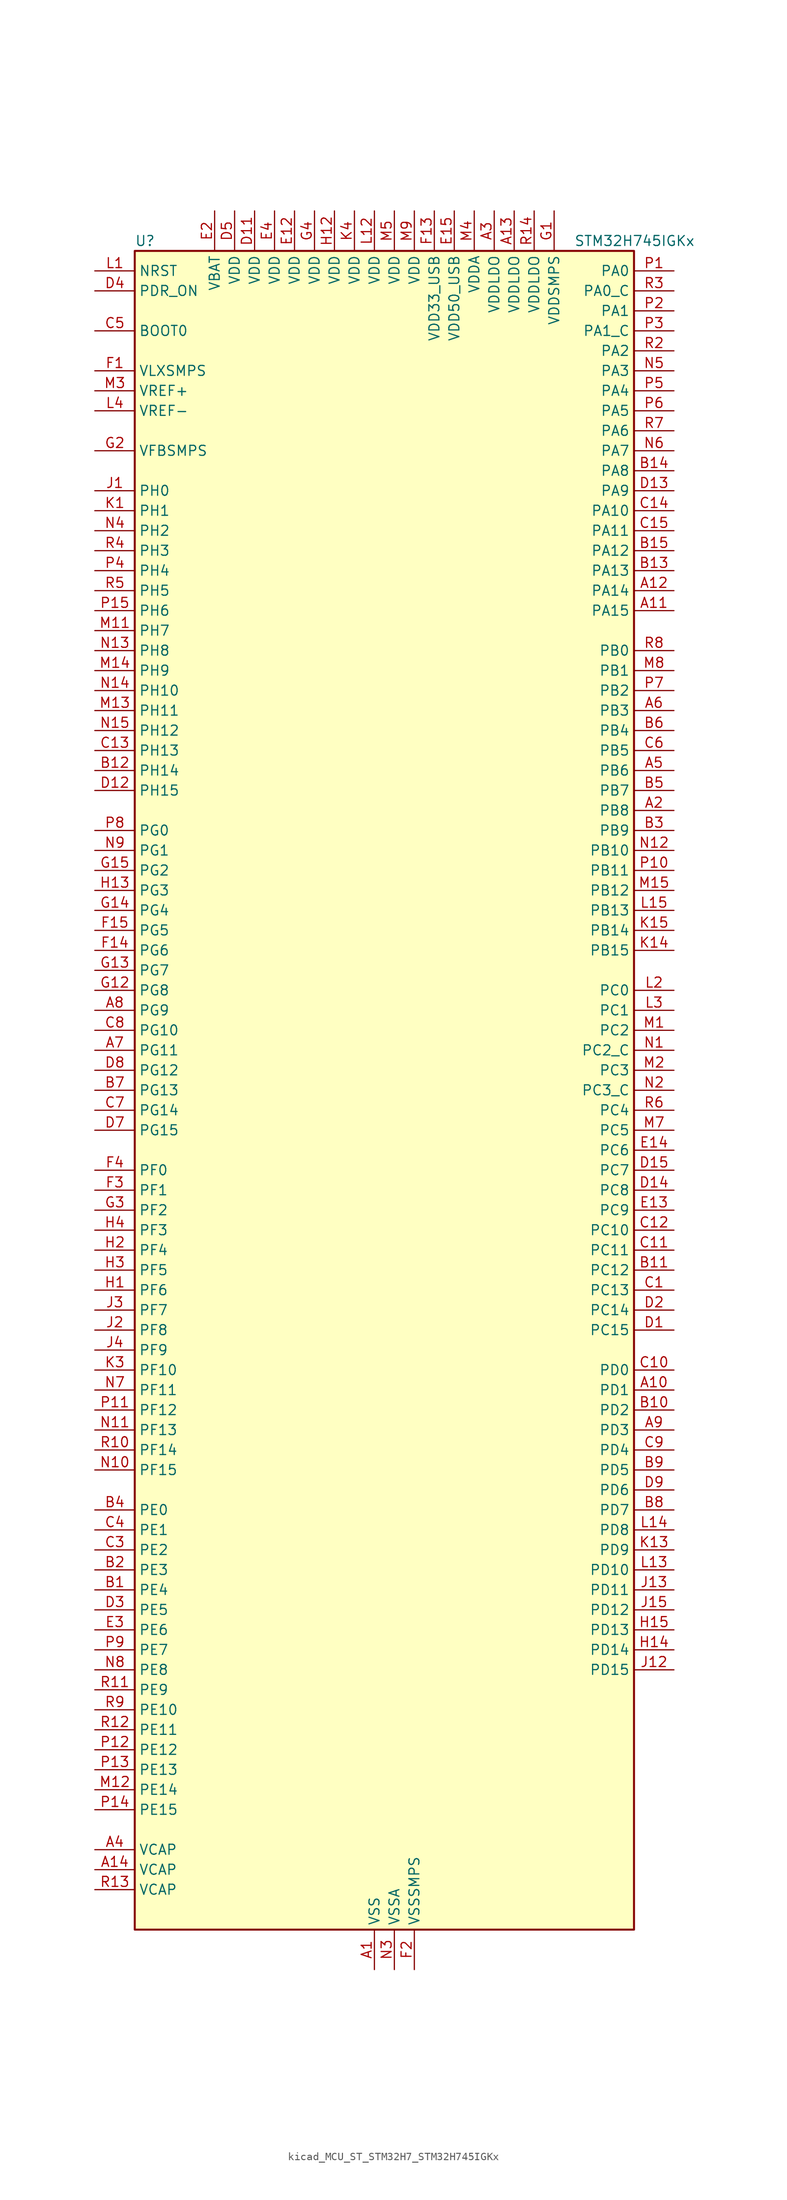
<source format=kicad_sym>
(kicad_symbol_lib
  (version 20220914)
  (generator kicad_symbol_editor)
  (symbol "kicad_MCU_ST_STM32H7_STM32H745IGKx"
    (property "Reference" "U"
      (at -30.48 107.95 0)
      (effects (font (size 1.27 1.27)) (justify left)))
    (property "Value" "STM32H745IGKx"
      (at 25.4 107.95 0)
      (effects (font (size 1.27 1.27)) (justify left)))
    (property "ki_locked" ""
      (at 0 0 0)
      (effects (font (size 1.27 1.27))))
    (symbol "kicad_MCU_ST_STM32H7_STM32H745IGKx_0_1"
      (rectangle (start -30.48 -106.68) (end 33.02 106.68) (stroke (width 0.254) (type default)) (fill (type background))))
    (symbol "kicad_MCU_ST_STM32H7_STM32H745IGKx_1_1"
      (pin power_in line (at 0 -111.76 90) (length 5.08) (name "VSS" (effects (font (size 1.27 1.27)))) (number "A1" (effects (font (size 1.27 1.27)))))
      (pin bidirectional line (at 38.1 -38.1 180) (length 5.08) (name "PD1" (effects (font (size 1.27 1.27)))) (number "A10" (effects (font (size 1.27 1.27)))) (alternate "DFSDM1_DATIN6" bidirectional line) (alternate "FDCAN1_TX" bidirectional line) (alternate "FMC_D3" bidirectional line) (alternate "FMC_DA3" bidirectional line) (alternate "SAI3_SD_A" bidirectional line) (alternate "UART4_TX" bidirectional line))
      (pin bidirectional line (at 38.1 60.96 180) (length 5.08) (name "PA15" (effects (font (size 1.27 1.27)))) (number "A11" (effects (font (size 1.27 1.27)))) (alternate "ADC1_EXTI15" bidirectional line) (alternate "ADC2_EXTI15" bidirectional line) (alternate "ADC3_EXTI15" bidirectional line) (alternate "CEC" bidirectional line) (alternate "DEBUG_JTDI" bidirectional line) (alternate "HRTIM_FLT1" bidirectional line) (alternate "I2S1_WS" bidirectional line) (alternate "I2S3_WS" bidirectional line) (alternate "SPI1_NSS" bidirectional line) (alternate "SPI3_NSS" bidirectional line) (alternate "SPI6_NSS" bidirectional line) (alternate "TIM2_CH1" bidirectional line) (alternate "TIM2_ETR" bidirectional line) (alternate "UART4_DE" bidirectional line) (alternate "UART4_RTS" bidirectional line) (alternate "UART7_TX" bidirectional line))
      (pin bidirectional line (at 38.1 63.5 180) (length 5.08) (name "PA14" (effects (font (size 1.27 1.27)))) (number "A12" (effects (font (size 1.27 1.27)))) (alternate "DEBUG_JTCK-SWCLK" bidirectional line))
      (pin power_in line (at 17.78 111.76 270) (length 5.08) (name "VDDLDO" (effects (font (size 1.27 1.27)))) (number "A13" (effects (font (size 1.27 1.27)))))
      (pin power_out line (at -35.56 -99.06 0) (length 5.08) (name "VCAP" (effects (font (size 1.27 1.27)))) (number "A14" (effects (font (size 1.27 1.27)))))
      (pin passive line (at 0 -111.76 90) (length 5.08) hide (name "VSS" (effects (font (size 1.27 1.27)))) (number "A15" (effects (font (size 1.27 1.27)))))
      (pin bidirectional line (at 38.1 35.56 180) (length 5.08) (name "PB8" (effects (font (size 1.27 1.27)))) (number "A2" (effects (font (size 1.27 1.27)))) (alternate "DCMI_D6" bidirectional line) (alternate "DFSDM1_CKIN7" bidirectional line) (alternate "ETH_TXD3" bidirectional line) (alternate "FDCAN1_RX" bidirectional line) (alternate "I2C1_SCL" bidirectional line) (alternate "I2C4_SCL" bidirectional line) (alternate "LTDC_B6" bidirectional line) (alternate "SDMMC1_CKIN" bidirectional line) (alternate "SDMMC1_D4" bidirectional line) (alternate "SDMMC2_D4" bidirectional line) (alternate "TIM16_CH1" bidirectional line) (alternate "TIM4_CH3" bidirectional line) (alternate "UART4_RX" bidirectional line))
      (pin power_in line (at 15.24 111.76 270) (length 5.08) (name "VDDLDO" (effects (font (size 1.27 1.27)))) (number "A3" (effects (font (size 1.27 1.27)))))
      (pin power_out line (at -35.56 -96.52 0) (length 5.08) (name "VCAP" (effects (font (size 1.27 1.27)))) (number "A4" (effects (font (size 1.27 1.27)))))
      (pin bidirectional line (at 38.1 40.64 180) (length 5.08) (name "PB6" (effects (font (size 1.27 1.27)))) (number "A5" (effects (font (size 1.27 1.27)))) (alternate "CEC" bidirectional line) (alternate "DCMI_D5" bidirectional line) (alternate "DFSDM1_DATIN5" bidirectional line) (alternate "FDCAN2_TX" bidirectional line) (alternate "FMC_SDNE1" bidirectional line) (alternate "HRTIM_EEV8" bidirectional line) (alternate "I2C1_SCL" bidirectional line) (alternate "I2C4_SCL" bidirectional line) (alternate "LPUART1_TX" bidirectional line) (alternate "QUADSPI_BK1_NCS" bidirectional line) (alternate "TIM16_CH1N" bidirectional line) (alternate "TIM4_CH1" bidirectional line) (alternate "UART5_TX" bidirectional line) (alternate "USART1_TX" bidirectional line))
      (pin bidirectional line (at 38.1 48.26 180) (length 5.08) (name "PB3" (effects (font (size 1.27 1.27)))) (number "A6" (effects (font (size 1.27 1.27)))) (alternate "CRS_SYNC" bidirectional line) (alternate "DEBUG_JTDO-SWO" bidirectional line) (alternate "HRTIM_FLT4" bidirectional line) (alternate "I2S1_CK" bidirectional line) (alternate "I2S3_CK" bidirectional line) (alternate "SDMMC2_D2" bidirectional line) (alternate "SPI1_SCK" bidirectional line) (alternate "SPI3_SCK" bidirectional line) (alternate "SPI6_SCK" bidirectional line) (alternate "TIM2_CH2" bidirectional line) (alternate "UART7_RX" bidirectional line))
      (pin bidirectional line (at -35.56 5.08 0) (length 5.08) (name "PG11" (effects (font (size 1.27 1.27)))) (number "A7" (effects (font (size 1.27 1.27)))) (alternate "ADC1_EXTI11" bidirectional line) (alternate "ADC2_EXTI11" bidirectional line) (alternate "ADC3_EXTI11" bidirectional line) (alternate "DCMI_D3" bidirectional line) (alternate "ETH_TX_EN" bidirectional line) (alternate "HRTIM_EEV4" bidirectional line) (alternate "I2S1_CK" bidirectional line) (alternate "LPTIM1_IN2" bidirectional line) (alternate "LTDC_B3" bidirectional line) (alternate "SDMMC2_D2" bidirectional line) (alternate "SPDIFRX1_IN0" bidirectional line) (alternate "SPI1_SCK" bidirectional line))
      (pin bidirectional line (at -35.56 10.16 0) (length 5.08) (name "PG9" (effects (font (size 1.27 1.27)))) (number "A8" (effects (font (size 1.27 1.27)))) (alternate "DAC1_EXTI9" bidirectional line) (alternate "DCMI_VSYNC" bidirectional line) (alternate "FMC_NCE" bidirectional line) (alternate "FMC_NE2" bidirectional line) (alternate "I2S1_SDI" bidirectional line) (alternate "QUADSPI_BK2_IO2" bidirectional line) (alternate "SAI2_FS_B" bidirectional line) (alternate "SPDIFRX1_IN3" bidirectional line) (alternate "SPI1_MISO" bidirectional line) (alternate "USART6_RX" bidirectional line))
      (pin bidirectional line (at 38.1 -43.18 180) (length 5.08) (name "PD3" (effects (font (size 1.27 1.27)))) (number "A9" (effects (font (size 1.27 1.27)))) (alternate "DCMI_D5" bidirectional line) (alternate "DFSDM1_CKOUT" bidirectional line) (alternate "FMC_CLK" bidirectional line) (alternate "I2S2_CK" bidirectional line) (alternate "LTDC_G7" bidirectional line) (alternate "SPI2_SCK" bidirectional line) (alternate "USART2_CTS" bidirectional line) (alternate "USART2_NSS" bidirectional line))
      (pin bidirectional line (at -35.56 -63.5 0) (length 5.08) (name "PE4" (effects (font (size 1.27 1.27)))) (number "B1" (effects (font (size 1.27 1.27)))) (alternate "DCMI_D4" bidirectional line) (alternate "DEBUG_TRACED1" bidirectional line) (alternate "DFSDM1_DATIN3" bidirectional line) (alternate "FMC_A20" bidirectional line) (alternate "LTDC_B0" bidirectional line) (alternate "SAI1_D2" bidirectional line) (alternate "SAI1_FS_A" bidirectional line) (alternate "SAI4_D2" bidirectional line) (alternate "SAI4_FS_A" bidirectional line) (alternate "SPI4_NSS" bidirectional line) (alternate "TIM15_CH1N" bidirectional line))
      (pin bidirectional line (at 38.1 -40.64 180) (length 5.08) (name "PD2" (effects (font (size 1.27 1.27)))) (number "B10" (effects (font (size 1.27 1.27)))) (alternate "DCMI_D11" bidirectional line) (alternate "DEBUG_TRACED2" bidirectional line) (alternate "SDMMC1_CMD" bidirectional line) (alternate "TIM3_ETR" bidirectional line) (alternate "UART5_RX" bidirectional line))
      (pin bidirectional line (at 38.1 -22.86 180) (length 5.08) (name "PC12" (effects (font (size 1.27 1.27)))) (number "B11" (effects (font (size 1.27 1.27)))) (alternate "DCMI_D9" bidirectional line) (alternate "DEBUG_TRACED3" bidirectional line) (alternate "HRTIM_EEV2" bidirectional line) (alternate "I2S3_SDO" bidirectional line) (alternate "SDMMC1_CK" bidirectional line) (alternate "SPI3_MOSI" bidirectional line) (alternate "UART5_TX" bidirectional line) (alternate "USART3_CK" bidirectional line))
      (pin bidirectional line (at -35.56 40.64 0) (length 5.08) (name "PH14" (effects (font (size 1.27 1.27)))) (number "B12" (effects (font (size 1.27 1.27)))) (alternate "DCMI_D4" bidirectional line) (alternate "FDCAN1_RX" bidirectional line) (alternate "FMC_D22" bidirectional line) (alternate "LTDC_G3" bidirectional line) (alternate "TIM8_CH2N" bidirectional line) (alternate "UART4_RX" bidirectional line))
      (pin bidirectional line (at 38.1 66.04 180) (length 5.08) (name "PA13" (effects (font (size 1.27 1.27)))) (number "B13" (effects (font (size 1.27 1.27)))) (alternate "DEBUG_JTMS-SWDIO" bidirectional line))
      (pin bidirectional line (at 38.1 78.74 180) (length 5.08) (name "PA8" (effects (font (size 1.27 1.27)))) (number "B14" (effects (font (size 1.27 1.27)))) (alternate "HRTIM_CHB2" bidirectional line) (alternate "I2C3_SCL" bidirectional line) (alternate "LTDC_B3" bidirectional line) (alternate "LTDC_R6" bidirectional line) (alternate "RCC_MCO_1" bidirectional line) (alternate "TIM1_CH1" bidirectional line) (alternate "TIM8_BKIN2" bidirectional line) (alternate "TIM8_BKIN2_COMP1" bidirectional line) (alternate "TIM8_BKIN2_COMP2" bidirectional line) (alternate "UART7_RX" bidirectional line) (alternate "USART1_CK" bidirectional line) (alternate "USB_OTG_FS_SOF" bidirectional line))
      (pin bidirectional line (at 38.1 68.58 180) (length 5.08) (name "PA12" (effects (font (size 1.27 1.27)))) (number "B15" (effects (font (size 1.27 1.27)))) (alternate "FDCAN1_TX" bidirectional line) (alternate "HRTIM_CHD2" bidirectional line) (alternate "I2S2_CK" bidirectional line) (alternate "LPUART1_DE" bidirectional line) (alternate "LPUART1_RTS" bidirectional line) (alternate "LTDC_R5" bidirectional line) (alternate "SAI2_FS_B" bidirectional line) (alternate "SPI2_SCK" bidirectional line) (alternate "TIM1_ETR" bidirectional line) (alternate "UART4_TX" bidirectional line) (alternate "USART1_DE" bidirectional line) (alternate "USART1_RTS" bidirectional line) (alternate "USB_OTG_FS_DP" bidirectional line))
      (pin bidirectional line (at -35.56 -60.96 0) (length 5.08) (name "PE3" (effects (font (size 1.27 1.27)))) (number "B2" (effects (font (size 1.27 1.27)))) (alternate "DEBUG_TRACED0" bidirectional line) (alternate "FMC_A19" bidirectional line) (alternate "SAI1_SD_B" bidirectional line) (alternate "SAI4_SD_B" bidirectional line) (alternate "TIM15_BKIN" bidirectional line))
      (pin bidirectional line (at 38.1 33.02 180) (length 5.08) (name "PB9" (effects (font (size 1.27 1.27)))) (number "B3" (effects (font (size 1.27 1.27)))) (alternate "DAC1_EXTI9" bidirectional line) (alternate "DCMI_D7" bidirectional line) (alternate "DFSDM1_DATIN7" bidirectional line) (alternate "FDCAN1_TX" bidirectional line) (alternate "I2C1_SDA" bidirectional line) (alternate "I2C4_SDA" bidirectional line) (alternate "I2C4_SMBA" bidirectional line) (alternate "I2S2_WS" bidirectional line) (alternate "LTDC_B7" bidirectional line) (alternate "SDMMC1_CDIR" bidirectional line) (alternate "SDMMC1_D5" bidirectional line) (alternate "SDMMC2_D5" bidirectional line) (alternate "SPI2_NSS" bidirectional line) (alternate "TIM17_CH1" bidirectional line) (alternate "TIM4_CH4" bidirectional line) (alternate "UART4_TX" bidirectional line))
      (pin bidirectional line (at -35.56 -53.34 0) (length 5.08) (name "PE0" (effects (font (size 1.27 1.27)))) (number "B4" (effects (font (size 1.27 1.27)))) (alternate "DCMI_D2" bidirectional line) (alternate "FMC_NBL0" bidirectional line) (alternate "HRTIM_SCIN" bidirectional line) (alternate "LPTIM1_ETR" bidirectional line) (alternate "LPTIM2_ETR" bidirectional line) (alternate "SAI2_MCLK_A" bidirectional line) (alternate "TIM4_ETR" bidirectional line) (alternate "UART8_RX" bidirectional line))
      (pin bidirectional line (at 38.1 38.1 180) (length 5.08) (name "PB7" (effects (font (size 1.27 1.27)))) (number "B5" (effects (font (size 1.27 1.27)))) (alternate "DCMI_VSYNC" bidirectional line) (alternate "DFSDM1_CKIN5" bidirectional line) (alternate "FMC_NL" bidirectional line) (alternate "HRTIM_EEV9" bidirectional line) (alternate "I2C1_SDA" bidirectional line) (alternate "I2C4_SDA" bidirectional line) (alternate "LPUART1_RX" bidirectional line) (alternate "PWR_PVD_IN" bidirectional line) (alternate "TIM17_CH1N" bidirectional line) (alternate "TIM4_CH2" bidirectional line) (alternate "USART1_RX" bidirectional line))
      (pin bidirectional line (at 38.1 45.72 180) (length 5.08) (name "PB4" (effects (font (size 1.27 1.27)))) (number "B6" (effects (font (size 1.27 1.27)))) (alternate "DEBUG_JTRST" bidirectional line) (alternate "HRTIM_EEV6" bidirectional line) (alternate "I2S1_SDI" bidirectional line) (alternate "I2S2_WS" bidirectional line) (alternate "I2S3_SDI" bidirectional line) (alternate "SDMMC2_D3" bidirectional line) (alternate "SPI1_MISO" bidirectional line) (alternate "SPI2_NSS" bidirectional line) (alternate "SPI3_MISO" bidirectional line) (alternate "SPI6_MISO" bidirectional line) (alternate "TIM16_BKIN" bidirectional line) (alternate "TIM3_CH1" bidirectional line) (alternate "UART7_TX" bidirectional line))
      (pin bidirectional line (at -35.56 0 0) (length 5.08) (name "PG13" (effects (font (size 1.27 1.27)))) (number "B7" (effects (font (size 1.27 1.27)))) (alternate "DEBUG_TRACED0" bidirectional line) (alternate "ETH_TXD0" bidirectional line) (alternate "FMC_A24" bidirectional line) (alternate "HRTIM_EEV10" bidirectional line) (alternate "LPTIM1_OUT" bidirectional line) (alternate "LTDC_R0" bidirectional line) (alternate "SPI6_SCK" bidirectional line) (alternate "USART6_CTS" bidirectional line) (alternate "USART6_NSS" bidirectional line))
      (pin bidirectional line (at 38.1 -53.34 180) (length 5.08) (name "PD7" (effects (font (size 1.27 1.27)))) (number "B8" (effects (font (size 1.27 1.27)))) (alternate "DFSDM1_CKIN1" bidirectional line) (alternate "DFSDM1_DATIN4" bidirectional line) (alternate "FMC_NE1" bidirectional line) (alternate "I2S1_SDO" bidirectional line) (alternate "SDMMC2_CMD" bidirectional line) (alternate "SPDIFRX1_IN0" bidirectional line) (alternate "SPI1_MOSI" bidirectional line) (alternate "USART2_CK" bidirectional line))
      (pin bidirectional line (at 38.1 -48.26 180) (length 5.08) (name "PD5" (effects (font (size 1.27 1.27)))) (number "B9" (effects (font (size 1.27 1.27)))) (alternate "FMC_NWE" bidirectional line) (alternate "HRTIM_EEV3" bidirectional line) (alternate "USART2_TX" bidirectional line))
      (pin bidirectional line (at 38.1 -25.4 180) (length 5.08) (name "PC13" (effects (font (size 1.27 1.27)))) (number "C1" (effects (font (size 1.27 1.27)))) (alternate "PWR_WKUP2" bidirectional line) (alternate "RTC_OUT_ALARM" bidirectional line) (alternate "RTC_OUT_CALIB" bidirectional line) (alternate "RTC_TAMP1" bidirectional line) (alternate "RTC_TS" bidirectional line))
      (pin bidirectional line (at 38.1 -35.56 180) (length 5.08) (name "PD0" (effects (font (size 1.27 1.27)))) (number "C10" (effects (font (size 1.27 1.27)))) (alternate "DFSDM1_CKIN6" bidirectional line) (alternate "FDCAN1_RX" bidirectional line) (alternate "FMC_D2" bidirectional line) (alternate "FMC_DA2" bidirectional line) (alternate "SAI3_SCK_A" bidirectional line) (alternate "UART4_RX" bidirectional line))
      (pin bidirectional line (at 38.1 -20.32 180) (length 5.08) (name "PC11" (effects (font (size 1.27 1.27)))) (number "C11" (effects (font (size 1.27 1.27)))) (alternate "ADC1_EXTI11" bidirectional line) (alternate "ADC2_EXTI11" bidirectional line) (alternate "ADC3_EXTI11" bidirectional line) (alternate "DCMI_D4" bidirectional line) (alternate "DFSDM1_DATIN5" bidirectional line) (alternate "HRTIM_FLT2" bidirectional line) (alternate "I2S3_SDI" bidirectional line) (alternate "QUADSPI_BK2_NCS" bidirectional line) (alternate "SDMMC1_D3" bidirectional line) (alternate "SPI3_MISO" bidirectional line) (alternate "UART4_RX" bidirectional line) (alternate "USART3_RX" bidirectional line))
      (pin bidirectional line (at 38.1 -17.78 180) (length 5.08) (name "PC10" (effects (font (size 1.27 1.27)))) (number "C12" (effects (font (size 1.27 1.27)))) (alternate "DCMI_D8" bidirectional line) (alternate "DFSDM1_CKIN5" bidirectional line) (alternate "HRTIM_EEV1" bidirectional line) (alternate "I2S3_CK" bidirectional line) (alternate "LTDC_R2" bidirectional line) (alternate "QUADSPI_BK1_IO1" bidirectional line) (alternate "SDMMC1_D2" bidirectional line) (alternate "SPI3_SCK" bidirectional line) (alternate "UART4_TX" bidirectional line) (alternate "USART3_TX" bidirectional line))
      (pin bidirectional line (at -35.56 43.18 0) (length 5.08) (name "PH13" (effects (font (size 1.27 1.27)))) (number "C13" (effects (font (size 1.27 1.27)))) (alternate "FDCAN1_TX" bidirectional line) (alternate "FMC_D21" bidirectional line) (alternate "LTDC_G2" bidirectional line) (alternate "TIM8_CH1N" bidirectional line) (alternate "UART4_TX" bidirectional line))
      (pin bidirectional line (at 38.1 73.66 180) (length 5.08) (name "PA10" (effects (font (size 1.27 1.27)))) (number "C14" (effects (font (size 1.27 1.27)))) (alternate "DCMI_D1" bidirectional line) (alternate "HRTIM_CHC2" bidirectional line) (alternate "LPUART1_RX" bidirectional line) (alternate "LTDC_B1" bidirectional line) (alternate "LTDC_B4" bidirectional line) (alternate "MDIOS_MDIO" bidirectional line) (alternate "TIM1_CH3" bidirectional line) (alternate "USART1_RX" bidirectional line) (alternate "USB_OTG_FS_ID" bidirectional line))
      (pin bidirectional line (at 38.1 71.12 180) (length 5.08) (name "PA11" (effects (font (size 1.27 1.27)))) (number "C15" (effects (font (size 1.27 1.27)))) (alternate "ADC1_EXTI11" bidirectional line) (alternate "ADC2_EXTI11" bidirectional line) (alternate "ADC3_EXTI11" bidirectional line) (alternate "FDCAN1_RX" bidirectional line) (alternate "HRTIM_CHD1" bidirectional line) (alternate "I2S2_WS" bidirectional line) (alternate "LPUART1_CTS" bidirectional line) (alternate "LTDC_R4" bidirectional line) (alternate "SPI2_NSS" bidirectional line) (alternate "TIM1_CH4" bidirectional line) (alternate "UART4_RX" bidirectional line) (alternate "USART1_CTS" bidirectional line) (alternate "USART1_NSS" bidirectional line) (alternate "USB_OTG_FS_DM" bidirectional line))
      (pin passive line (at 0 -111.76 90) (length 5.08) hide (name "VSS" (effects (font (size 1.27 1.27)))) (number "C2" (effects (font (size 1.27 1.27)))))
      (pin bidirectional line (at -35.56 -58.42 0) (length 5.08) (name "PE2" (effects (font (size 1.27 1.27)))) (number "C3" (effects (font (size 1.27 1.27)))) (alternate "DEBUG_TRACECLK" bidirectional line) (alternate "ETH_TXD3" bidirectional line) (alternate "FMC_A23" bidirectional line) (alternate "QUADSPI_BK1_IO2" bidirectional line) (alternate "SAI1_CK1" bidirectional line) (alternate "SAI1_MCLK_A" bidirectional line) (alternate "SAI4_CK1" bidirectional line) (alternate "SAI4_MCLK_A" bidirectional line) (alternate "SPI4_SCK" bidirectional line))
      (pin bidirectional line (at -35.56 -55.88 0) (length 5.08) (name "PE1" (effects (font (size 1.27 1.27)))) (number "C4" (effects (font (size 1.27 1.27)))) (alternate "DCMI_D3" bidirectional line) (alternate "FMC_NBL1" bidirectional line) (alternate "HRTIM_SCOUT" bidirectional line) (alternate "LPTIM1_IN2" bidirectional line) (alternate "UART8_TX" bidirectional line))
      (pin input line (at -35.56 96.52 0) (length 5.08) (name "BOOT0" (effects (font (size 1.27 1.27)))) (number "C5" (effects (font (size 1.27 1.27)))))
      (pin bidirectional line (at 38.1 43.18 180) (length 5.08) (name "PB5" (effects (font (size 1.27 1.27)))) (number "C6" (effects (font (size 1.27 1.27)))) (alternate "DCMI_D10" bidirectional line) (alternate "ETH_PPS_OUT" bidirectional line) (alternate "FDCAN2_RX" bidirectional line) (alternate "FMC_SDCKE1" bidirectional line) (alternate "HRTIM_EEV7" bidirectional line) (alternate "I2C1_SMBA" bidirectional line) (alternate "I2C4_SMBA" bidirectional line) (alternate "I2S1_SDO" bidirectional line) (alternate "I2S3_SDO" bidirectional line) (alternate "SPI1_MOSI" bidirectional line) (alternate "SPI3_MOSI" bidirectional line) (alternate "SPI6_MOSI" bidirectional line) (alternate "TIM17_BKIN" bidirectional line) (alternate "TIM3_CH2" bidirectional line) (alternate "UART5_RX" bidirectional line) (alternate "USB_OTG_HS_ULPI_D7" bidirectional line))
      (pin bidirectional line (at -35.56 -2.54 0) (length 5.08) (name "PG14" (effects (font (size 1.27 1.27)))) (number "C7" (effects (font (size 1.27 1.27)))) (alternate "DEBUG_TRACED1" bidirectional line) (alternate "ETH_TXD1" bidirectional line) (alternate "FMC_A25" bidirectional line) (alternate "LPTIM1_ETR" bidirectional line) (alternate "LTDC_B0" bidirectional line) (alternate "QUADSPI_BK2_IO3" bidirectional line) (alternate "SPI6_MOSI" bidirectional line) (alternate "USART6_TX" bidirectional line))
      (pin bidirectional line (at -35.56 7.62 0) (length 5.08) (name "PG10" (effects (font (size 1.27 1.27)))) (number "C8" (effects (font (size 1.27 1.27)))) (alternate "DCMI_D2" bidirectional line) (alternate "FMC_NE3" bidirectional line) (alternate "HRTIM_FLT5" bidirectional line) (alternate "I2S1_WS" bidirectional line) (alternate "LTDC_B2" bidirectional line) (alternate "LTDC_G3" bidirectional line) (alternate "SAI2_SD_B" bidirectional line) (alternate "SPI1_NSS" bidirectional line))
      (pin bidirectional line (at 38.1 -45.72 180) (length 5.08) (name "PD4" (effects (font (size 1.27 1.27)))) (number "C9" (effects (font (size 1.27 1.27)))) (alternate "FMC_NOE" bidirectional line) (alternate "HRTIM_FLT3" bidirectional line) (alternate "SAI3_FS_A" bidirectional line) (alternate "USART2_DE" bidirectional line) (alternate "USART2_RTS" bidirectional line))
      (pin bidirectional line (at 38.1 -30.48 180) (length 5.08) (name "PC15" (effects (font (size 1.27 1.27)))) (number "D1" (effects (font (size 1.27 1.27)))) (alternate "ADC1_EXTI15" bidirectional line) (alternate "ADC2_EXTI15" bidirectional line) (alternate "ADC3_EXTI15" bidirectional line) (alternate "RCC_OSC32_OUT" bidirectional line))
      (pin passive line (at 0 -111.76 90) (length 5.08) hide (name "VSS" (effects (font (size 1.27 1.27)))) (number "D10" (effects (font (size 1.27 1.27)))))
      (pin power_in line (at -15.24 111.76 270) (length 5.08) (name "VDD" (effects (font (size 1.27 1.27)))) (number "D11" (effects (font (size 1.27 1.27)))))
      (pin bidirectional line (at -35.56 38.1 0) (length 5.08) (name "PH15" (effects (font (size 1.27 1.27)))) (number "D12" (effects (font (size 1.27 1.27)))) (alternate "ADC1_EXTI15" bidirectional line) (alternate "ADC2_EXTI15" bidirectional line) (alternate "ADC3_EXTI15" bidirectional line) (alternate "DCMI_D11" bidirectional line) (alternate "FMC_D23" bidirectional line) (alternate "LTDC_G4" bidirectional line) (alternate "TIM8_CH3N" bidirectional line))
      (pin bidirectional line (at 38.1 76.2 180) (length 5.08) (name "PA9" (effects (font (size 1.27 1.27)))) (number "D13" (effects (font (size 1.27 1.27)))) (alternate "DAC1_EXTI9" bidirectional line) (alternate "DCMI_D0" bidirectional line) (alternate "HRTIM_CHC1" bidirectional line) (alternate "I2C3_SMBA" bidirectional line) (alternate "I2S2_CK" bidirectional line) (alternate "LPUART1_TX" bidirectional line) (alternate "LTDC_R5" bidirectional line) (alternate "SPI2_SCK" bidirectional line) (alternate "TIM1_CH2" bidirectional line) (alternate "USART1_TX" bidirectional line) (alternate "USB_OTG_FS_VBUS" bidirectional line))
      (pin bidirectional line (at 38.1 -12.7 180) (length 5.08) (name "PC8" (effects (font (size 1.27 1.27)))) (number "D14" (effects (font (size 1.27 1.27)))) (alternate "DCMI_D2" bidirectional line) (alternate "DEBUG_TRACED1" bidirectional line) (alternate "FMC_NCE" bidirectional line) (alternate "FMC_NE2" bidirectional line) (alternate "HRTIM_CHB1" bidirectional line) (alternate "SDMMC1_D0" bidirectional line) (alternate "SWPMI1_RX" bidirectional line) (alternate "TIM3_CH3" bidirectional line) (alternate "TIM8_CH3" bidirectional line) (alternate "UART5_DE" bidirectional line) (alternate "UART5_RTS" bidirectional line) (alternate "USART6_CK" bidirectional line))
      (pin bidirectional line (at 38.1 -10.16 180) (length 5.08) (name "PC7" (effects (font (size 1.27 1.27)))) (number "D15" (effects (font (size 1.27 1.27)))) (alternate "DCMI_D1" bidirectional line) (alternate "DEBUG_TRGIO" bidirectional line) (alternate "DFSDM1_DATIN3" bidirectional line) (alternate "FMC_NE1" bidirectional line) (alternate "HRTIM_CHA2" bidirectional line) (alternate "I2S3_MCK" bidirectional line) (alternate "LTDC_G6" bidirectional line) (alternate "SDMMC1_D123DIR" bidirectional line) (alternate "SDMMC1_D7" bidirectional line) (alternate "SDMMC2_D7" bidirectional line) (alternate "SWPMI1_TX" bidirectional line) (alternate "TIM3_CH2" bidirectional line) (alternate "TIM8_CH2" bidirectional line) (alternate "USART6_RX" bidirectional line))
      (pin bidirectional line (at 38.1 -27.94 180) (length 5.08) (name "PC14" (effects (font (size 1.27 1.27)))) (number "D2" (effects (font (size 1.27 1.27)))) (alternate "RCC_OSC32_IN" bidirectional line))
      (pin bidirectional line (at -35.56 -66.04 0) (length 5.08) (name "PE5" (effects (font (size 1.27 1.27)))) (number "D3" (effects (font (size 1.27 1.27)))) (alternate "DCMI_D6" bidirectional line) (alternate "DEBUG_TRACED2" bidirectional line) (alternate "DFSDM1_CKIN3" bidirectional line) (alternate "FMC_A21" bidirectional line) (alternate "LTDC_G0" bidirectional line) (alternate "SAI1_CK2" bidirectional line) (alternate "SAI1_SCK_A" bidirectional line) (alternate "SAI4_CK2" bidirectional line) (alternate "SAI4_SCK_A" bidirectional line) (alternate "SPI4_MISO" bidirectional line) (alternate "TIM15_CH1" bidirectional line))
      (pin input line (at -35.56 101.6 0) (length 5.08) (name "PDR_ON" (effects (font (size 1.27 1.27)))) (number "D4" (effects (font (size 1.27 1.27)))))
      (pin power_in line (at -17.78 111.76 270) (length 5.08) (name "VDD" (effects (font (size 1.27 1.27)))) (number "D5" (effects (font (size 1.27 1.27)))))
      (pin passive line (at 0 -111.76 90) (length 5.08) hide (name "VSS" (effects (font (size 1.27 1.27)))) (number "D6" (effects (font (size 1.27 1.27)))))
      (pin bidirectional line (at -35.56 -5.08 0) (length 5.08) (name "PG15" (effects (font (size 1.27 1.27)))) (number "D7" (effects (font (size 1.27 1.27)))) (alternate "ADC1_EXTI15" bidirectional line) (alternate "ADC2_EXTI15" bidirectional line) (alternate "ADC3_EXTI15" bidirectional line) (alternate "DCMI_D13" bidirectional line) (alternate "FMC_SDNCAS" bidirectional line) (alternate "USART6_CTS" bidirectional line) (alternate "USART6_NSS" bidirectional line))
      (pin bidirectional line (at -35.56 2.54 0) (length 5.08) (name "PG12" (effects (font (size 1.27 1.27)))) (number "D8" (effects (font (size 1.27 1.27)))) (alternate "ETH_TXD1" bidirectional line) (alternate "FMC_NE4" bidirectional line) (alternate "HRTIM_EEV5" bidirectional line) (alternate "LPTIM1_IN1" bidirectional line) (alternate "LTDC_B1" bidirectional line) (alternate "LTDC_B4" bidirectional line) (alternate "SPDIFRX1_IN1" bidirectional line) (alternate "SPI6_MISO" bidirectional line) (alternate "USART6_DE" bidirectional line) (alternate "USART6_RTS" bidirectional line))
      (pin bidirectional line (at 38.1 -50.8 180) (length 5.08) (name "PD6" (effects (font (size 1.27 1.27)))) (number "D9" (effects (font (size 1.27 1.27)))) (alternate "DCMI_D10" bidirectional line) (alternate "DFSDM1_CKIN4" bidirectional line) (alternate "DFSDM1_DATIN1" bidirectional line) (alternate "FMC_NWAIT" bidirectional line) (alternate "I2S3_SDO" bidirectional line) (alternate "LTDC_B2" bidirectional line) (alternate "SAI1_D1" bidirectional line) (alternate "SAI1_SD_A" bidirectional line) (alternate "SAI4_D1" bidirectional line) (alternate "SAI4_SD_A" bidirectional line) (alternate "SDMMC2_CK" bidirectional line) (alternate "SPI3_MOSI" bidirectional line) (alternate "USART2_RX" bidirectional line))
      (pin passive line (at 0 -111.76 90) (length 5.08) hide (name "VSS" (effects (font (size 1.27 1.27)))) (number "E1" (effects (font (size 1.27 1.27)))))
      (pin power_in line (at -10.16 111.76 270) (length 5.08) (name "VDD" (effects (font (size 1.27 1.27)))) (number "E12" (effects (font (size 1.27 1.27)))))
      (pin bidirectional line (at 38.1 -15.24 180) (length 5.08) (name "PC9" (effects (font (size 1.27 1.27)))) (number "E13" (effects (font (size 1.27 1.27)))) (alternate "DAC1_EXTI9" bidirectional line) (alternate "DCMI_D3" bidirectional line) (alternate "I2C3_SDA" bidirectional line) (alternate "I2S_CKIN" bidirectional line) (alternate "LTDC_B2" bidirectional line) (alternate "LTDC_G3" bidirectional line) (alternate "QUADSPI_BK1_IO0" bidirectional line) (alternate "RCC_MCO_2" bidirectional line) (alternate "SDMMC1_D1" bidirectional line) (alternate "SWPMI1_SUSPEND" bidirectional line) (alternate "TIM3_CH4" bidirectional line) (alternate "TIM8_CH4" bidirectional line) (alternate "UART5_CTS" bidirectional line))
      (pin bidirectional line (at 38.1 -7.62 180) (length 5.08) (name "PC6" (effects (font (size 1.27 1.27)))) (number "E14" (effects (font (size 1.27 1.27)))) (alternate "DCMI_D0" bidirectional line) (alternate "DFSDM1_CKIN3" bidirectional line) (alternate "FMC_NWAIT" bidirectional line) (alternate "HRTIM_CHA1" bidirectional line) (alternate "I2S2_MCK" bidirectional line) (alternate "LTDC_HSYNC" bidirectional line) (alternate "SDMMC1_D0DIR" bidirectional line) (alternate "SDMMC1_D6" bidirectional line) (alternate "SDMMC2_D6" bidirectional line) (alternate "SWPMI1_IO" bidirectional line) (alternate "TIM3_CH1" bidirectional line) (alternate "TIM8_CH1" bidirectional line) (alternate "USART6_TX" bidirectional line))
      (pin power_in line (at 10.16 111.76 270) (length 5.08) (name "VDD50_USB" (effects (font (size 1.27 1.27)))) (number "E15" (effects (font (size 1.27 1.27)))))
      (pin power_in line (at -20.32 111.76 270) (length 5.08) (name "VBAT" (effects (font (size 1.27 1.27)))) (number "E2" (effects (font (size 1.27 1.27)))))
      (pin bidirectional line (at -35.56 -68.58 0) (length 5.08) (name "PE6" (effects (font (size 1.27 1.27)))) (number "E3" (effects (font (size 1.27 1.27)))) (alternate "DCMI_D7" bidirectional line) (alternate "DEBUG_TRACED3" bidirectional line) (alternate "FMC_A22" bidirectional line) (alternate "LTDC_G1" bidirectional line) (alternate "SAI1_D1" bidirectional line) (alternate "SAI1_SD_A" bidirectional line) (alternate "SAI2_MCLK_B" bidirectional line) (alternate "SAI4_D1" bidirectional line) (alternate "SAI4_SD_A" bidirectional line) (alternate "SPI4_MOSI" bidirectional line) (alternate "TIM15_CH2" bidirectional line) (alternate "TIM1_BKIN2" bidirectional line) (alternate "TIM1_BKIN2_COMP1" bidirectional line) (alternate "TIM1_BKIN2_COMP2" bidirectional line))
      (pin power_in line (at -12.7 111.76 270) (length 5.08) (name "VDD" (effects (font (size 1.27 1.27)))) (number "E4" (effects (font (size 1.27 1.27)))))
      (pin power_in line (at -35.56 91.44 0) (length 5.08) (name "VLXSMPS" (effects (font (size 1.27 1.27)))) (number "F1" (effects (font (size 1.27 1.27)))))
      (pin passive line (at 0 -111.76 90) (length 5.08) hide (name "VSS" (effects (font (size 1.27 1.27)))) (number "F10" (effects (font (size 1.27 1.27)))))
      (pin passive line (at 0 -111.76 90) (length 5.08) hide (name "VSS" (effects (font (size 1.27 1.27)))) (number "F12" (effects (font (size 1.27 1.27)))))
      (pin power_in line (at 7.62 111.76 270) (length 5.08) (name "VDD33_USB" (effects (font (size 1.27 1.27)))) (number "F13" (effects (font (size 1.27 1.27)))))
      (pin bidirectional line (at -35.56 17.78 0) (length 5.08) (name "PG6" (effects (font (size 1.27 1.27)))) (number "F14" (effects (font (size 1.27 1.27)))) (alternate "DCMI_D12" bidirectional line) (alternate "FMC_NE3" bidirectional line) (alternate "HRTIM_CHE1" bidirectional line) (alternate "LTDC_R7" bidirectional line) (alternate "QUADSPI_BK1_NCS" bidirectional line) (alternate "TIM17_BKIN" bidirectional line))
      (pin bidirectional line (at -35.56 20.32 0) (length 5.08) (name "PG5" (effects (font (size 1.27 1.27)))) (number "F15" (effects (font (size 1.27 1.27)))) (alternate "FMC_A15" bidirectional line) (alternate "FMC_BA1" bidirectional line) (alternate "TIM1_ETR" bidirectional line))
      (pin power_in line (at 5.08 -111.76 90) (length 5.08) (name "VSSSMPS" (effects (font (size 1.27 1.27)))) (number "F2" (effects (font (size 1.27 1.27)))))
      (pin bidirectional line (at -35.56 -12.7 0) (length 5.08) (name "PF1" (effects (font (size 1.27 1.27)))) (number "F3" (effects (font (size 1.27 1.27)))) (alternate "FMC_A1" bidirectional line) (alternate "I2C2_SCL" bidirectional line))
      (pin bidirectional line (at -35.56 -10.16 0) (length 5.08) (name "PF0" (effects (font (size 1.27 1.27)))) (number "F4" (effects (font (size 1.27 1.27)))) (alternate "FMC_A0" bidirectional line) (alternate "I2C2_SDA" bidirectional line))
      (pin passive line (at 0 -111.76 90) (length 5.08) hide (name "VSS" (effects (font (size 1.27 1.27)))) (number "F6" (effects (font (size 1.27 1.27)))))
      (pin passive line (at 0 -111.76 90) (length 5.08) hide (name "VSS" (effects (font (size 1.27 1.27)))) (number "F7" (effects (font (size 1.27 1.27)))))
      (pin passive line (at 0 -111.76 90) (length 5.08) hide (name "VSS" (effects (font (size 1.27 1.27)))) (number "F8" (effects (font (size 1.27 1.27)))))
      (pin passive line (at 0 -111.76 90) (length 5.08) hide (name "VSS" (effects (font (size 1.27 1.27)))) (number "F9" (effects (font (size 1.27 1.27)))))
      (pin power_in line (at 22.86 111.76 270) (length 5.08) (name "VDDSMPS" (effects (font (size 1.27 1.27)))) (number "G1" (effects (font (size 1.27 1.27)))))
      (pin passive line (at 0 -111.76 90) (length 5.08) hide (name "VSS" (effects (font (size 1.27 1.27)))) (number "G10" (effects (font (size 1.27 1.27)))))
      (pin bidirectional line (at -35.56 12.7 0) (length 5.08) (name "PG8" (effects (font (size 1.27 1.27)))) (number "G12" (effects (font (size 1.27 1.27)))) (alternate "ETH_PPS_OUT" bidirectional line) (alternate "FMC_SDCLK" bidirectional line) (alternate "LTDC_G7" bidirectional line) (alternate "SPDIFRX1_IN2" bidirectional line) (alternate "SPI6_NSS" bidirectional line) (alternate "TIM8_ETR" bidirectional line) (alternate "USART6_DE" bidirectional line) (alternate "USART6_RTS" bidirectional line))
      (pin bidirectional line (at -35.56 15.24 0) (length 5.08) (name "PG7" (effects (font (size 1.27 1.27)))) (number "G13" (effects (font (size 1.27 1.27)))) (alternate "DCMI_D13" bidirectional line) (alternate "FMC_INT" bidirectional line) (alternate "HRTIM_CHE2" bidirectional line) (alternate "LTDC_CLK" bidirectional line) (alternate "SAI1_MCLK_A" bidirectional line) (alternate "USART6_CK" bidirectional line))
      (pin bidirectional line (at -35.56 22.86 0) (length 5.08) (name "PG4" (effects (font (size 1.27 1.27)))) (number "G14" (effects (font (size 1.27 1.27)))) (alternate "FMC_A14" bidirectional line) (alternate "FMC_BA0" bidirectional line) (alternate "TIM1_BKIN2" bidirectional line) (alternate "TIM1_BKIN2_COMP1" bidirectional line) (alternate "TIM1_BKIN2_COMP2" bidirectional line))
      (pin bidirectional line (at -35.56 27.94 0) (length 5.08) (name "PG2" (effects (font (size 1.27 1.27)))) (number "G15" (effects (font (size 1.27 1.27)))) (alternate "FMC_A12" bidirectional line) (alternate "TIM8_BKIN" bidirectional line) (alternate "TIM8_BKIN_COMP1" bidirectional line) (alternate "TIM8_BKIN_COMP2" bidirectional line))
      (pin input line (at -35.56 81.28 0) (length 5.08) (name "VFBSMPS" (effects (font (size 1.27 1.27)))) (number "G2" (effects (font (size 1.27 1.27)))))
      (pin bidirectional line (at -35.56 -15.24 0) (length 5.08) (name "PF2" (effects (font (size 1.27 1.27)))) (number "G3" (effects (font (size 1.27 1.27)))) (alternate "FMC_A2" bidirectional line) (alternate "I2C2_SMBA" bidirectional line))
      (pin power_in line (at -7.62 111.76 270) (length 5.08) (name "VDD" (effects (font (size 1.27 1.27)))) (number "G4" (effects (font (size 1.27 1.27)))))
      (pin passive line (at 0 -111.76 90) (length 5.08) hide (name "VSS" (effects (font (size 1.27 1.27)))) (number "G6" (effects (font (size 1.27 1.27)))))
      (pin passive line (at 0 -111.76 90) (length 5.08) hide (name "VSS" (effects (font (size 1.27 1.27)))) (number "G7" (effects (font (size 1.27 1.27)))))
      (pin passive line (at 0 -111.76 90) (length 5.08) hide (name "VSS" (effects (font (size 1.27 1.27)))) (number "G8" (effects (font (size 1.27 1.27)))))
      (pin passive line (at 0 -111.76 90) (length 5.08) hide (name "VSS" (effects (font (size 1.27 1.27)))) (number "G9" (effects (font (size 1.27 1.27)))))
      (pin bidirectional line (at -35.56 -25.4 0) (length 5.08) (name "PF6" (effects (font (size 1.27 1.27)))) (number "H1" (effects (font (size 1.27 1.27)))) (alternate "ADC3_INN4" bidirectional line) (alternate "ADC3_INP8" bidirectional line) (alternate "QUADSPI_BK1_IO3" bidirectional line) (alternate "SAI1_SD_B" bidirectional line) (alternate "SAI4_SD_B" bidirectional line) (alternate "SPI5_NSS" bidirectional line) (alternate "TIM16_CH1" bidirectional line) (alternate "UART7_RX" bidirectional line))
      (pin passive line (at 0 -111.76 90) (length 5.08) hide (name "VSS" (effects (font (size 1.27 1.27)))) (number "H10" (effects (font (size 1.27 1.27)))))
      (pin power_in line (at -5.08 111.76 270) (length 5.08) (name "VDD" (effects (font (size 1.27 1.27)))) (number "H12" (effects (font (size 1.27 1.27)))))
      (pin bidirectional line (at -35.56 25.4 0) (length 5.08) (name "PG3" (effects (font (size 1.27 1.27)))) (number "H13" (effects (font (size 1.27 1.27)))) (alternate "FMC_A13" bidirectional line) (alternate "TIM8_BKIN2" bidirectional line) (alternate "TIM8_BKIN2_COMP1" bidirectional line) (alternate "TIM8_BKIN2_COMP2" bidirectional line))
      (pin bidirectional line (at 38.1 -71.12 180) (length 5.08) (name "PD14" (effects (font (size 1.27 1.27)))) (number "H14" (effects (font (size 1.27 1.27)))) (alternate "FMC_D0" bidirectional line) (alternate "FMC_DA0" bidirectional line) (alternate "SAI3_MCLK_B" bidirectional line) (alternate "TIM4_CH3" bidirectional line) (alternate "UART8_CTS" bidirectional line))
      (pin bidirectional line (at 38.1 -68.58 180) (length 5.08) (name "PD13" (effects (font (size 1.27 1.27)))) (number "H15" (effects (font (size 1.27 1.27)))) (alternate "FMC_A18" bidirectional line) (alternate "I2C4_SDA" bidirectional line) (alternate "LPTIM1_OUT" bidirectional line) (alternate "QUADSPI_BK1_IO3" bidirectional line) (alternate "SAI2_SCK_A" bidirectional line) (alternate "TIM4_CH2" bidirectional line))
      (pin bidirectional line (at -35.56 -20.32 0) (length 5.08) (name "PF4" (effects (font (size 1.27 1.27)))) (number "H2" (effects (font (size 1.27 1.27)))) (alternate "ADC3_INN5" bidirectional line) (alternate "ADC3_INP9" bidirectional line) (alternate "FMC_A4" bidirectional line))
      (pin bidirectional line (at -35.56 -22.86 0) (length 5.08) (name "PF5" (effects (font (size 1.27 1.27)))) (number "H3" (effects (font (size 1.27 1.27)))) (alternate "ADC3_INP4" bidirectional line) (alternate "FMC_A5" bidirectional line))
      (pin bidirectional line (at -35.56 -17.78 0) (length 5.08) (name "PF3" (effects (font (size 1.27 1.27)))) (number "H4" (effects (font (size 1.27 1.27)))) (alternate "ADC3_INP5" bidirectional line) (alternate "FMC_A3" bidirectional line))
      (pin passive line (at 0 -111.76 90) (length 5.08) hide (name "VSS" (effects (font (size 1.27 1.27)))) (number "H6" (effects (font (size 1.27 1.27)))))
      (pin passive line (at 0 -111.76 90) (length 5.08) hide (name "VSS" (effects (font (size 1.27 1.27)))) (number "H7" (effects (font (size 1.27 1.27)))))
      (pin passive line (at 0 -111.76 90) (length 5.08) hide (name "VSS" (effects (font (size 1.27 1.27)))) (number "H8" (effects (font (size 1.27 1.27)))))
      (pin passive line (at 0 -111.76 90) (length 5.08) hide (name "VSS" (effects (font (size 1.27 1.27)))) (number "H9" (effects (font (size 1.27 1.27)))))
      (pin bidirectional line (at -35.56 76.2 0) (length 5.08) (name "PH0" (effects (font (size 1.27 1.27)))) (number "J1" (effects (font (size 1.27 1.27)))) (alternate "RCC_OSC_IN" bidirectional line))
      (pin passive line (at 0 -111.76 90) (length 5.08) hide (name "VSS" (effects (font (size 1.27 1.27)))) (number "J10" (effects (font (size 1.27 1.27)))))
      (pin bidirectional line (at 38.1 -73.66 180) (length 5.08) (name "PD15" (effects (font (size 1.27 1.27)))) (number "J12" (effects (font (size 1.27 1.27)))) (alternate "ADC1_EXTI15" bidirectional line) (alternate "ADC2_EXTI15" bidirectional line) (alternate "ADC3_EXTI15" bidirectional line) (alternate "FMC_D1" bidirectional line) (alternate "FMC_DA1" bidirectional line) (alternate "SAI3_MCLK_A" bidirectional line) (alternate "TIM4_CH4" bidirectional line) (alternate "UART8_DE" bidirectional line) (alternate "UART8_RTS" bidirectional line))
      (pin bidirectional line (at 38.1 -63.5 180) (length 5.08) (name "PD11" (effects (font (size 1.27 1.27)))) (number "J13" (effects (font (size 1.27 1.27)))) (alternate "ADC1_EXTI11" bidirectional line) (alternate "ADC2_EXTI11" bidirectional line) (alternate "ADC3_EXTI11" bidirectional line) (alternate "FMC_A16" bidirectional line) (alternate "FMC_CLE" bidirectional line) (alternate "I2C4_SMBA" bidirectional line) (alternate "LPTIM2_IN2" bidirectional line) (alternate "QUADSPI_BK1_IO0" bidirectional line) (alternate "SAI2_SD_A" bidirectional line) (alternate "USART3_CTS" bidirectional line) (alternate "USART3_NSS" bidirectional line))
      (pin passive line (at 0 -111.76 90) (length 5.08) hide (name "VSS" (effects (font (size 1.27 1.27)))) (number "J14" (effects (font (size 1.27 1.27)))))
      (pin bidirectional line (at 38.1 -66.04 180) (length 5.08) (name "PD12" (effects (font (size 1.27 1.27)))) (number "J15" (effects (font (size 1.27 1.27)))) (alternate "FMC_A17" bidirectional line) (alternate "FMC_ALE" bidirectional line) (alternate "I2C4_SCL" bidirectional line) (alternate "LPTIM1_IN1" bidirectional line) (alternate "LPTIM2_IN1" bidirectional line) (alternate "QUADSPI_BK1_IO1" bidirectional line) (alternate "SAI2_FS_A" bidirectional line) (alternate "TIM4_CH1" bidirectional line) (alternate "USART3_DE" bidirectional line) (alternate "USART3_RTS" bidirectional line))
      (pin bidirectional line (at -35.56 -30.48 0) (length 5.08) (name "PF8" (effects (font (size 1.27 1.27)))) (number "J2" (effects (font (size 1.27 1.27)))) (alternate "ADC3_INN3" bidirectional line) (alternate "ADC3_INP7" bidirectional line) (alternate "QUADSPI_BK1_IO0" bidirectional line) (alternate "SAI1_SCK_B" bidirectional line) (alternate "SAI4_SCK_B" bidirectional line) (alternate "SPI5_MISO" bidirectional line) (alternate "TIM13_CH1" bidirectional line) (alternate "TIM16_CH1N" bidirectional line) (alternate "UART7_DE" bidirectional line) (alternate "UART7_RTS" bidirectional line))
      (pin bidirectional line (at -35.56 -27.94 0) (length 5.08) (name "PF7" (effects (font (size 1.27 1.27)))) (number "J3" (effects (font (size 1.27 1.27)))) (alternate "ADC3_INP3" bidirectional line) (alternate "QUADSPI_BK1_IO2" bidirectional line) (alternate "SAI1_MCLK_B" bidirectional line) (alternate "SAI4_MCLK_B" bidirectional line) (alternate "SPI5_SCK" bidirectional line) (alternate "TIM17_CH1" bidirectional line) (alternate "UART7_TX" bidirectional line))
      (pin bidirectional line (at -35.56 -33.02 0) (length 5.08) (name "PF9" (effects (font (size 1.27 1.27)))) (number "J4" (effects (font (size 1.27 1.27)))) (alternate "ADC3_INP2" bidirectional line) (alternate "DAC1_EXTI9" bidirectional line) (alternate "QUADSPI_BK1_IO1" bidirectional line) (alternate "SAI1_FS_B" bidirectional line) (alternate "SAI4_FS_B" bidirectional line) (alternate "SPI5_MOSI" bidirectional line) (alternate "TIM14_CH1" bidirectional line) (alternate "TIM17_CH1N" bidirectional line) (alternate "UART7_CTS" bidirectional line))
      (pin passive line (at 0 -111.76 90) (length 5.08) hide (name "VSS" (effects (font (size 1.27 1.27)))) (number "J6" (effects (font (size 1.27 1.27)))))
      (pin passive line (at 0 -111.76 90) (length 5.08) hide (name "VSS" (effects (font (size 1.27 1.27)))) (number "J7" (effects (font (size 1.27 1.27)))))
      (pin passive line (at 0 -111.76 90) (length 5.08) hide (name "VSS" (effects (font (size 1.27 1.27)))) (number "J8" (effects (font (size 1.27 1.27)))))
      (pin passive line (at 0 -111.76 90) (length 5.08) hide (name "VSS" (effects (font (size 1.27 1.27)))) (number "J9" (effects (font (size 1.27 1.27)))))
      (pin bidirectional line (at -35.56 73.66 0) (length 5.08) (name "PH1" (effects (font (size 1.27 1.27)))) (number "K1" (effects (font (size 1.27 1.27)))) (alternate "RCC_OSC_OUT" bidirectional line))
      (pin passive line (at 0 -111.76 90) (length 5.08) hide (name "VSS" (effects (font (size 1.27 1.27)))) (number "K10" (effects (font (size 1.27 1.27)))))
      (pin passive line (at 0 -111.76 90) (length 5.08) hide (name "VSS" (effects (font (size 1.27 1.27)))) (number "K12" (effects (font (size 1.27 1.27)))))
      (pin bidirectional line (at 38.1 -58.42 180) (length 5.08) (name "PD9" (effects (font (size 1.27 1.27)))) (number "K13" (effects (font (size 1.27 1.27)))) (alternate "DAC1_EXTI9" bidirectional line) (alternate "DFSDM1_DATIN3" bidirectional line) (alternate "FMC_D14" bidirectional line) (alternate "FMC_DA14" bidirectional line) (alternate "SAI3_SD_B" bidirectional line) (alternate "USART3_RX" bidirectional line))
      (pin bidirectional line (at 38.1 17.78 180) (length 5.08) (name "PB15" (effects (font (size 1.27 1.27)))) (number "K14" (effects (font (size 1.27 1.27)))) (alternate "ADC1_EXTI15" bidirectional line) (alternate "ADC2_EXTI15" bidirectional line) (alternate "ADC3_EXTI15" bidirectional line) (alternate "DFSDM1_CKIN2" bidirectional line) (alternate "I2S2_SDO" bidirectional line) (alternate "RTC_REFIN" bidirectional line) (alternate "SDMMC2_D1" bidirectional line) (alternate "SPI2_MOSI" bidirectional line) (alternate "TIM12_CH2" bidirectional line) (alternate "TIM1_CH3N" bidirectional line) (alternate "TIM8_CH3N" bidirectional line) (alternate "UART4_CTS" bidirectional line) (alternate "USART1_RX" bidirectional line) (alternate "USB_OTG_HS_DP" bidirectional line))
      (pin bidirectional line (at 38.1 20.32 180) (length 5.08) (name "PB14" (effects (font (size 1.27 1.27)))) (number "K15" (effects (font (size 1.27 1.27)))) (alternate "DFSDM1_DATIN2" bidirectional line) (alternate "I2S2_SDI" bidirectional line) (alternate "SDMMC2_D0" bidirectional line) (alternate "SPI2_MISO" bidirectional line) (alternate "TIM12_CH1" bidirectional line) (alternate "TIM1_CH2N" bidirectional line) (alternate "TIM8_CH2N" bidirectional line) (alternate "UART4_DE" bidirectional line) (alternate "UART4_RTS" bidirectional line) (alternate "USART1_TX" bidirectional line) (alternate "USART3_DE" bidirectional line) (alternate "USART3_RTS" bidirectional line) (alternate "USB_OTG_HS_DM" bidirectional line))
      (pin passive line (at 0 -111.76 90) (length 5.08) hide (name "VSS" (effects (font (size 1.27 1.27)))) (number "K2" (effects (font (size 1.27 1.27)))))
      (pin bidirectional line (at -35.56 -35.56 0) (length 5.08) (name "PF10" (effects (font (size 1.27 1.27)))) (number "K3" (effects (font (size 1.27 1.27)))) (alternate "ADC3_INN2" bidirectional line) (alternate "ADC3_INP6" bidirectional line) (alternate "DCMI_D11" bidirectional line) (alternate "LTDC_DE" bidirectional line) (alternate "QUADSPI_CLK" bidirectional line) (alternate "SAI1_D3" bidirectional line) (alternate "SAI4_D3" bidirectional line) (alternate "TIM16_BKIN" bidirectional line))
      (pin power_in line (at -2.54 111.76 270) (length 5.08) (name "VDD" (effects (font (size 1.27 1.27)))) (number "K4" (effects (font (size 1.27 1.27)))))
      (pin passive line (at 0 -111.76 90) (length 5.08) hide (name "VSS" (effects (font (size 1.27 1.27)))) (number "K6" (effects (font (size 1.27 1.27)))))
      (pin passive line (at 0 -111.76 90) (length 5.08) hide (name "VSS" (effects (font (size 1.27 1.27)))) (number "K7" (effects (font (size 1.27 1.27)))))
      (pin passive line (at 0 -111.76 90) (length 5.08) hide (name "VSS" (effects (font (size 1.27 1.27)))) (number "K8" (effects (font (size 1.27 1.27)))))
      (pin passive line (at 0 -111.76 90) (length 5.08) hide (name "VSS" (effects (font (size 1.27 1.27)))) (number "K9" (effects (font (size 1.27 1.27)))))
      (pin input line (at -35.56 104.14 0) (length 5.08) (name "NRST" (effects (font (size 1.27 1.27)))) (number "L1" (effects (font (size 1.27 1.27)))))
      (pin power_in line (at 0 111.76 270) (length 5.08) (name "VDD" (effects (font (size 1.27 1.27)))) (number "L12" (effects (font (size 1.27 1.27)))))
      (pin bidirectional line (at 38.1 -60.96 180) (length 5.08) (name "PD10" (effects (font (size 1.27 1.27)))) (number "L13" (effects (font (size 1.27 1.27)))) (alternate "DFSDM1_CKOUT" bidirectional line) (alternate "FMC_D15" bidirectional line) (alternate "FMC_DA15" bidirectional line) (alternate "LTDC_B3" bidirectional line) (alternate "SAI3_FS_B" bidirectional line) (alternate "USART3_CK" bidirectional line))
      (pin bidirectional line (at 38.1 -55.88 180) (length 5.08) (name "PD8" (effects (font (size 1.27 1.27)))) (number "L14" (effects (font (size 1.27 1.27)))) (alternate "DFSDM1_CKIN3" bidirectional line) (alternate "FMC_D13" bidirectional line) (alternate "FMC_DA13" bidirectional line) (alternate "SAI3_SCK_B" bidirectional line) (alternate "SPDIFRX1_IN1" bidirectional line) (alternate "USART3_TX" bidirectional line))
      (pin bidirectional line (at 38.1 22.86 180) (length 5.08) (name "PB13" (effects (font (size 1.27 1.27)))) (number "L15" (effects (font (size 1.27 1.27)))) (alternate "DFSDM1_CKIN1" bidirectional line) (alternate "ETH_TXD1" bidirectional line) (alternate "FDCAN2_TX" bidirectional line) (alternate "I2S2_CK" bidirectional line) (alternate "LPTIM2_OUT" bidirectional line) (alternate "SPI2_SCK" bidirectional line) (alternate "TIM1_CH1N" bidirectional line) (alternate "UART5_TX" bidirectional line) (alternate "USART3_CTS" bidirectional line) (alternate "USART3_NSS" bidirectional line) (alternate "USB_OTG_HS_ULPI_D6" bidirectional line) (alternate "USB_OTG_HS_VBUS" bidirectional line))
      (pin bidirectional line (at 38.1 12.7 180) (length 5.08) (name "PC0" (effects (font (size 1.27 1.27)))) (number "L2" (effects (font (size 1.27 1.27)))) (alternate "ADC1_INP10" bidirectional line) (alternate "ADC2_INP10" bidirectional line) (alternate "ADC3_INP10" bidirectional line) (alternate "DFSDM1_CKIN0" bidirectional line) (alternate "DFSDM1_DATIN4" bidirectional line) (alternate "FMC_SDNWE" bidirectional line) (alternate "LTDC_R5" bidirectional line) (alternate "SAI2_FS_B" bidirectional line) (alternate "USB_OTG_HS_ULPI_STP" bidirectional line))
      (pin bidirectional line (at 38.1 10.16 180) (length 5.08) (name "PC1" (effects (font (size 1.27 1.27)))) (number "L3" (effects (font (size 1.27 1.27)))) (alternate "ADC1_INN10" bidirectional line) (alternate "ADC1_INP11" bidirectional line) (alternate "ADC2_INN10" bidirectional line) (alternate "ADC2_INP11" bidirectional line) (alternate "ADC3_INN10" bidirectional line) (alternate "ADC3_INP11" bidirectional line) (alternate "DEBUG_TRACED0" bidirectional line) (alternate "DFSDM1_CKIN4" bidirectional line) (alternate "DFSDM1_DATIN0" bidirectional line) (alternate "ETH_MDC" bidirectional line) (alternate "I2S2_SDO" bidirectional line) (alternate "MDIOS_MDC" bidirectional line) (alternate "PWR_WKUP5" bidirectional line) (alternate "RTC_TAMP3" bidirectional line) (alternate "SAI1_D1" bidirectional line) (alternate "SAI1_SD_A" bidirectional line) (alternate "SAI4_D1" bidirectional line) (alternate "SAI4_SD_A" bidirectional line) (alternate "SDMMC2_CK" bidirectional line) (alternate "SPI2_MOSI" bidirectional line))
      (pin input line (at -35.56 86.36 0) (length 5.08) (name "VREF-" (effects (font (size 1.27 1.27)))) (number "L4" (effects (font (size 1.27 1.27)))))
      (pin bidirectional line (at 38.1 7.62 180) (length 5.08) (name "PC2" (effects (font (size 1.27 1.27)))) (number "M1" (effects (font (size 1.27 1.27)))) (alternate "ADC1_INN11" bidirectional line) (alternate "ADC1_INP12" bidirectional line) (alternate "ADC2_INN11" bidirectional line) (alternate "ADC2_INP12" bidirectional line) (alternate "ADC3_INN11" bidirectional line) (alternate "ADC3_INP12" bidirectional line) (alternate "DFSDM1_CKIN1" bidirectional line) (alternate "DFSDM1_CKOUT" bidirectional line) (alternate "ETH_TXD2" bidirectional line) (alternate "FMC_SDNE0" bidirectional line) (alternate "I2S2_SDI" bidirectional line) (alternate "PWR_CSTOP" bidirectional line) (alternate "SPI2_MISO" bidirectional line) (alternate "USB_OTG_HS_ULPI_DIR" bidirectional line))
      (pin passive line (at 0 -111.76 90) (length 5.08) hide (name "VSS" (effects (font (size 1.27 1.27)))) (number "M10" (effects (font (size 1.27 1.27)))))
      (pin bidirectional line (at -35.56 58.42 0) (length 5.08) (name "PH7" (effects (font (size 1.27 1.27)))) (number "M11" (effects (font (size 1.27 1.27)))) (alternate "DCMI_D9" bidirectional line) (alternate "ETH_RXD3" bidirectional line) (alternate "FMC_SDCKE1" bidirectional line) (alternate "I2C3_SCL" bidirectional line) (alternate "SPI5_MISO" bidirectional line))
      (pin bidirectional line (at -35.56 -88.9 0) (length 5.08) (name "PE14" (effects (font (size 1.27 1.27)))) (number "M12" (effects (font (size 1.27 1.27)))) (alternate "FMC_D11" bidirectional line) (alternate "FMC_DA11" bidirectional line) (alternate "LTDC_CLK" bidirectional line) (alternate "SAI2_MCLK_B" bidirectional line) (alternate "SPI4_MOSI" bidirectional line) (alternate "TIM1_CH4" bidirectional line))
      (pin bidirectional line (at -35.56 48.26 0) (length 5.08) (name "PH11" (effects (font (size 1.27 1.27)))) (number "M13" (effects (font (size 1.27 1.27)))) (alternate "ADC1_EXTI11" bidirectional line) (alternate "ADC2_EXTI11" bidirectional line) (alternate "ADC3_EXTI11" bidirectional line) (alternate "DCMI_D2" bidirectional line) (alternate "FMC_D19" bidirectional line) (alternate "I2C4_SCL" bidirectional line) (alternate "LTDC_R5" bidirectional line) (alternate "TIM5_CH2" bidirectional line))
      (pin bidirectional line (at -35.56 53.34 0) (length 5.08) (name "PH9" (effects (font (size 1.27 1.27)))) (number "M14" (effects (font (size 1.27 1.27)))) (alternate "DAC1_EXTI9" bidirectional line) (alternate "DCMI_D0" bidirectional line) (alternate "FMC_D17" bidirectional line) (alternate "I2C3_SMBA" bidirectional line) (alternate "LTDC_R3" bidirectional line) (alternate "TIM12_CH2" bidirectional line))
      (pin bidirectional line (at 38.1 25.4 180) (length 5.08) (name "PB12" (effects (font (size 1.27 1.27)))) (number "M15" (effects (font (size 1.27 1.27)))) (alternate "DFSDM1_DATIN1" bidirectional line) (alternate "ETH_TXD0" bidirectional line) (alternate "FDCAN2_RX" bidirectional line) (alternate "I2C2_SMBA" bidirectional line) (alternate "I2S2_WS" bidirectional line) (alternate "SPI2_NSS" bidirectional line) (alternate "TIM1_BKIN" bidirectional line) (alternate "TIM1_BKIN_COMP1" bidirectional line) (alternate "TIM1_BKIN_COMP2" bidirectional line) (alternate "UART5_RX" bidirectional line) (alternate "USART3_CK" bidirectional line) (alternate "USB_OTG_HS_ID" bidirectional line) (alternate "USB_OTG_HS_ULPI_D5" bidirectional line))
      (pin bidirectional line (at 38.1 2.54 180) (length 5.08) (name "PC3" (effects (font (size 1.27 1.27)))) (number "M2" (effects (font (size 1.27 1.27)))) (alternate "ADC1_INN12" bidirectional line) (alternate "ADC1_INP13" bidirectional line) (alternate "ADC2_INN12" bidirectional line) (alternate "ADC2_INP13" bidirectional line) (alternate "DFSDM1_DATIN1" bidirectional line) (alternate "ETH_TX_CLK" bidirectional line) (alternate "FMC_SDCKE0" bidirectional line) (alternate "I2S2_SDO" bidirectional line) (alternate "PWR_CSLEEP" bidirectional line) (alternate "SPI2_MOSI" bidirectional line) (alternate "USB_OTG_HS_ULPI_NXT" bidirectional line))
      (pin input line (at -35.56 88.9 0) (length 5.08) (name "VREF+" (effects (font (size 1.27 1.27)))) (number "M3" (effects (font (size 1.27 1.27)))) (alternate "VREFBUF_OUT" bidirectional line))
      (pin power_in line (at 12.7 111.76 270) (length 5.08) (name "VDDA" (effects (font (size 1.27 1.27)))) (number "M4" (effects (font (size 1.27 1.27)))))
      (pin power_in line (at 2.54 111.76 270) (length 5.08) (name "VDD" (effects (font (size 1.27 1.27)))) (number "M5" (effects (font (size 1.27 1.27)))))
      (pin passive line (at 0 -111.76 90) (length 5.08) hide (name "VSS" (effects (font (size 1.27 1.27)))) (number "M6" (effects (font (size 1.27 1.27)))))
      (pin bidirectional line (at 38.1 -5.08 180) (length 5.08) (name "PC5" (effects (font (size 1.27 1.27)))) (number "M7" (effects (font (size 1.27 1.27)))) (alternate "ADC1_INN4" bidirectional line) (alternate "ADC1_INP8" bidirectional line) (alternate "ADC2_INN4" bidirectional line) (alternate "ADC2_INP8" bidirectional line) (alternate "COMP1_OUT" bidirectional line) (alternate "DFSDM1_DATIN2" bidirectional line) (alternate "ETH_RXD1" bidirectional line) (alternate "FMC_SDCKE0" bidirectional line) (alternate "OPAMP1_VINM" bidirectional line) (alternate "OPAMP1_VINM0" bidirectional line) (alternate "SAI1_D3" bidirectional line) (alternate "SAI4_D3" bidirectional line) (alternate "SPDIFRX1_IN3" bidirectional line))
      (pin bidirectional line (at 38.1 53.34 180) (length 5.08) (name "PB1" (effects (font (size 1.27 1.27)))) (number "M8" (effects (font (size 1.27 1.27)))) (alternate "ADC1_INP5" bidirectional line) (alternate "ADC2_INP5" bidirectional line) (alternate "COMP1_INM" bidirectional line) (alternate "DFSDM1_DATIN1" bidirectional line) (alternate "ETH_RXD3" bidirectional line) (alternate "LTDC_G0" bidirectional line) (alternate "LTDC_R6" bidirectional line) (alternate "TIM1_CH3N" bidirectional line) (alternate "TIM3_CH4" bidirectional line) (alternate "TIM8_CH3N" bidirectional line) (alternate "USB_OTG_HS_ULPI_D2" bidirectional line))
      (pin power_in line (at 5.08 111.76 270) (length 5.08) (name "VDD" (effects (font (size 1.27 1.27)))) (number "M9" (effects (font (size 1.27 1.27)))))
      (pin bidirectional line (at 38.1 5.08 180) (length 5.08) (name "PC2_C" (effects (font (size 1.27 1.27)))) (number "N1" (effects (font (size 1.27 1.27)))) (alternate "ADC3_INN1" bidirectional line) (alternate "ADC3_INP0" bidirectional line) (alternate "DFSDM1_CKIN1" bidirectional line) (alternate "DFSDM1_CKOUT" bidirectional line) (alternate "ETH_TXD2" bidirectional line) (alternate "FMC_SDNE0" bidirectional line) (alternate "I2S2_SDI" bidirectional line) (alternate "PWR_CSTOP" bidirectional line) (alternate "SPI2_MISO" bidirectional line) (alternate "USB_OTG_HS_ULPI_DIR" bidirectional line))
      (pin bidirectional line (at -35.56 -48.26 0) (length 5.08) (name "PF15" (effects (font (size 1.27 1.27)))) (number "N10" (effects (font (size 1.27 1.27)))) (alternate "ADC1_EXTI15" bidirectional line) (alternate "ADC2_EXTI15" bidirectional line) (alternate "ADC3_EXTI15" bidirectional line) (alternate "FMC_A9" bidirectional line) (alternate "I2C4_SDA" bidirectional line))
      (pin bidirectional line (at -35.56 -43.18 0) (length 5.08) (name "PF13" (effects (font (size 1.27 1.27)))) (number "N11" (effects (font (size 1.27 1.27)))) (alternate "ADC2_INP2" bidirectional line) (alternate "DFSDM1_DATIN6" bidirectional line) (alternate "FMC_A7" bidirectional line) (alternate "I2C4_SMBA" bidirectional line))
      (pin bidirectional line (at 38.1 30.48 180) (length 5.08) (name "PB10" (effects (font (size 1.27 1.27)))) (number "N12" (effects (font (size 1.27 1.27)))) (alternate "DFSDM1_DATIN7" bidirectional line) (alternate "ETH_RX_ER" bidirectional line) (alternate "HRTIM_SCOUT" bidirectional line) (alternate "I2C2_SCL" bidirectional line) (alternate "I2S2_CK" bidirectional line) (alternate "LPTIM2_IN1" bidirectional line) (alternate "LTDC_G4" bidirectional line) (alternate "QUADSPI_BK1_NCS" bidirectional line) (alternate "SPI2_SCK" bidirectional line) (alternate "TIM2_CH3" bidirectional line) (alternate "USART3_TX" bidirectional line) (alternate "USB_OTG_HS_ULPI_D3" bidirectional line))
      (pin bidirectional line (at -35.56 55.88 0) (length 5.08) (name "PH8" (effects (font (size 1.27 1.27)))) (number "N13" (effects (font (size 1.27 1.27)))) (alternate "DCMI_HSYNC" bidirectional line) (alternate "FMC_D16" bidirectional line) (alternate "I2C3_SDA" bidirectional line) (alternate "LTDC_R2" bidirectional line) (alternate "TIM5_ETR" bidirectional line))
      (pin bidirectional line (at -35.56 50.8 0) (length 5.08) (name "PH10" (effects (font (size 1.27 1.27)))) (number "N14" (effects (font (size 1.27 1.27)))) (alternate "DCMI_D1" bidirectional line) (alternate "FMC_D18" bidirectional line) (alternate "I2C4_SMBA" bidirectional line) (alternate "LTDC_R4" bidirectional line) (alternate "TIM5_CH1" bidirectional line))
      (pin bidirectional line (at -35.56 45.72 0) (length 5.08) (name "PH12" (effects (font (size 1.27 1.27)))) (number "N15" (effects (font (size 1.27 1.27)))) (alternate "DCMI_D3" bidirectional line) (alternate "FMC_D20" bidirectional line) (alternate "I2C4_SDA" bidirectional line) (alternate "LTDC_R6" bidirectional line) (alternate "TIM5_CH3" bidirectional line))
      (pin bidirectional line (at 38.1 0 180) (length 5.08) (name "PC3_C" (effects (font (size 1.27 1.27)))) (number "N2" (effects (font (size 1.27 1.27)))) (alternate "ADC3_INP1" bidirectional line) (alternate "DFSDM1_DATIN1" bidirectional line) (alternate "ETH_TX_CLK" bidirectional line) (alternate "FMC_SDCKE0" bidirectional line) (alternate "I2S2_SDO" bidirectional line) (alternate "PWR_CSLEEP" bidirectional line) (alternate "SPI2_MOSI" bidirectional line) (alternate "USB_OTG_HS_ULPI_NXT" bidirectional line))
      (pin power_in line (at 2.54 -111.76 90) (length 5.08) (name "VSSA" (effects (font (size 1.27 1.27)))) (number "N3" (effects (font (size 1.27 1.27)))))
      (pin bidirectional line (at -35.56 71.12 0) (length 5.08) (name "PH2" (effects (font (size 1.27 1.27)))) (number "N4" (effects (font (size 1.27 1.27)))) (alternate "ADC3_INP13" bidirectional line) (alternate "ETH_CRS" bidirectional line) (alternate "FMC_SDCKE0" bidirectional line) (alternate "LPTIM1_IN2" bidirectional line) (alternate "LTDC_R0" bidirectional line) (alternate "QUADSPI_BK2_IO0" bidirectional line) (alternate "SAI2_SCK_B" bidirectional line))
      (pin bidirectional line (at 38.1 91.44 180) (length 5.08) (name "PA3" (effects (font (size 1.27 1.27)))) (number "N5" (effects (font (size 1.27 1.27)))) (alternate "ADC1_INP15" bidirectional line) (alternate "ADC2_INP15" bidirectional line) (alternate "ETH_COL" bidirectional line) (alternate "LPTIM5_OUT" bidirectional line) (alternate "LTDC_B2" bidirectional line) (alternate "LTDC_B5" bidirectional line) (alternate "TIM15_CH2" bidirectional line) (alternate "TIM2_CH4" bidirectional line) (alternate "TIM5_CH4" bidirectional line) (alternate "USART2_RX" bidirectional line) (alternate "USB_OTG_HS_ULPI_D0" bidirectional line))
      (pin bidirectional line (at 38.1 81.28 180) (length 5.08) (name "PA7" (effects (font (size 1.27 1.27)))) (number "N6" (effects (font (size 1.27 1.27)))) (alternate "ADC1_INN3" bidirectional line) (alternate "ADC1_INP7" bidirectional line) (alternate "ADC2_INN3" bidirectional line) (alternate "ADC2_INP7" bidirectional line) (alternate "ETH_CRS_DV" bidirectional line) (alternate "ETH_RX_DV" bidirectional line) (alternate "FMC_SDNWE" bidirectional line) (alternate "I2S1_SDO" bidirectional line) (alternate "OPAMP1_VINM" bidirectional line) (alternate "OPAMP1_VINM1" bidirectional line) (alternate "SPI1_MOSI" bidirectional line) (alternate "SPI6_MOSI" bidirectional line) (alternate "TIM14_CH1" bidirectional line) (alternate "TIM1_CH1N" bidirectional line) (alternate "TIM3_CH2" bidirectional line) (alternate "TIM8_CH1N" bidirectional line))
      (pin bidirectional line (at -35.56 -38.1 0) (length 5.08) (name "PF11" (effects (font (size 1.27 1.27)))) (number "N7" (effects (font (size 1.27 1.27)))) (alternate "ADC1_EXTI11" bidirectional line) (alternate "ADC1_INP2" bidirectional line) (alternate "ADC2_EXTI11" bidirectional line) (alternate "ADC3_EXTI11" bidirectional line) (alternate "DCMI_D12" bidirectional line) (alternate "FMC_SDNRAS" bidirectional line) (alternate "SAI2_SD_B" bidirectional line) (alternate "SPI5_MOSI" bidirectional line))
      (pin bidirectional line (at -35.56 -73.66 0) (length 5.08) (name "PE8" (effects (font (size 1.27 1.27)))) (number "N8" (effects (font (size 1.27 1.27)))) (alternate "COMP2_OUT" bidirectional line) (alternate "DFSDM1_CKIN2" bidirectional line) (alternate "FMC_D5" bidirectional line) (alternate "FMC_DA5" bidirectional line) (alternate "OPAMP2_VINM" bidirectional line) (alternate "OPAMP2_VINM0" bidirectional line) (alternate "QUADSPI_BK2_IO1" bidirectional line) (alternate "TIM1_CH1N" bidirectional line) (alternate "UART7_TX" bidirectional line))
      (pin bidirectional line (at -35.56 30.48 0) (length 5.08) (name "PG1" (effects (font (size 1.27 1.27)))) (number "N9" (effects (font (size 1.27 1.27)))) (alternate "FMC_A11" bidirectional line) (alternate "OPAMP2_VINM" bidirectional line) (alternate "OPAMP2_VINM1" bidirectional line))
      (pin bidirectional line (at 38.1 104.14 180) (length 5.08) (name "PA0" (effects (font (size 1.27 1.27)))) (number "P1" (effects (font (size 1.27 1.27)))) (alternate "ADC1_INP16" bidirectional line) (alternate "ETH_CRS" bidirectional line) (alternate "PWR_WKUP0" bidirectional line) (alternate "SAI2_SD_B" bidirectional line) (alternate "SDMMC2_CMD" bidirectional line) (alternate "TIM15_BKIN" bidirectional line) (alternate "TIM2_CH1" bidirectional line) (alternate "TIM2_ETR" bidirectional line) (alternate "TIM5_CH1" bidirectional line) (alternate "TIM8_ETR" bidirectional line) (alternate "UART4_TX" bidirectional line) (alternate "USART2_CTS" bidirectional line) (alternate "USART2_NSS" bidirectional line))
      (pin bidirectional line (at 38.1 27.94 180) (length 5.08) (name "PB11" (effects (font (size 1.27 1.27)))) (number "P10" (effects (font (size 1.27 1.27)))) (alternate "ADC1_EXTI11" bidirectional line) (alternate "ADC2_EXTI11" bidirectional line) (alternate "ADC3_EXTI11" bidirectional line) (alternate "DFSDM1_CKIN7" bidirectional line) (alternate "ETH_TX_EN" bidirectional line) (alternate "HRTIM_SCIN" bidirectional line) (alternate "I2C2_SDA" bidirectional line) (alternate "LPTIM2_ETR" bidirectional line) (alternate "LTDC_G5" bidirectional line) (alternate "TIM2_CH4" bidirectional line) (alternate "USART3_RX" bidirectional line) (alternate "USB_OTG_HS_ULPI_D4" bidirectional line))
      (pin bidirectional line (at -35.56 -40.64 0) (length 5.08) (name "PF12" (effects (font (size 1.27 1.27)))) (number "P11" (effects (font (size 1.27 1.27)))) (alternate "ADC1_INN2" bidirectional line) (alternate "ADC1_INP6" bidirectional line) (alternate "FMC_A6" bidirectional line))
      (pin bidirectional line (at -35.56 -83.82 0) (length 5.08) (name "PE12" (effects (font (size 1.27 1.27)))) (number "P12" (effects (font (size 1.27 1.27)))) (alternate "COMP1_OUT" bidirectional line) (alternate "DFSDM1_DATIN5" bidirectional line) (alternate "FMC_D9" bidirectional line) (alternate "FMC_DA9" bidirectional line) (alternate "LTDC_B4" bidirectional line) (alternate "SAI2_SCK_B" bidirectional line) (alternate "SPI4_SCK" bidirectional line) (alternate "TIM1_CH3N" bidirectional line))
      (pin bidirectional line (at -35.56 -86.36 0) (length 5.08) (name "PE13" (effects (font (size 1.27 1.27)))) (number "P13" (effects (font (size 1.27 1.27)))) (alternate "COMP2_OUT" bidirectional line) (alternate "DFSDM1_CKIN5" bidirectional line) (alternate "FMC_D10" bidirectional line) (alternate "FMC_DA10" bidirectional line) (alternate "LTDC_DE" bidirectional line) (alternate "SAI2_FS_B" bidirectional line) (alternate "SPI4_MISO" bidirectional line) (alternate "TIM1_CH3" bidirectional line))
      (pin bidirectional line (at -35.56 -91.44 0) (length 5.08) (name "PE15" (effects (font (size 1.27 1.27)))) (number "P14" (effects (font (size 1.27 1.27)))) (alternate "ADC1_EXTI15" bidirectional line) (alternate "ADC2_EXTI15" bidirectional line) (alternate "ADC3_EXTI15" bidirectional line) (alternate "FMC_D12" bidirectional line) (alternate "FMC_DA12" bidirectional line) (alternate "LTDC_R7" bidirectional line) (alternate "TIM1_BKIN" bidirectional line) (alternate "TIM1_BKIN_COMP1" bidirectional line) (alternate "TIM1_BKIN_COMP2" bidirectional line))
      (pin bidirectional line (at -35.56 60.96 0) (length 5.08) (name "PH6" (effects (font (size 1.27 1.27)))) (number "P15" (effects (font (size 1.27 1.27)))) (alternate "DCMI_D8" bidirectional line) (alternate "ETH_RXD2" bidirectional line) (alternate "FMC_SDNE1" bidirectional line) (alternate "I2C2_SMBA" bidirectional line) (alternate "SPI5_SCK" bidirectional line) (alternate "TIM12_CH1" bidirectional line))
      (pin bidirectional line (at 38.1 99.06 180) (length 5.08) (name "PA1" (effects (font (size 1.27 1.27)))) (number "P2" (effects (font (size 1.27 1.27)))) (alternate "ADC1_INN16" bidirectional line) (alternate "ADC1_INP17" bidirectional line) (alternate "ETH_REF_CLK" bidirectional line) (alternate "ETH_RX_CLK" bidirectional line) (alternate "LPTIM3_OUT" bidirectional line) (alternate "LTDC_R2" bidirectional line) (alternate "QUADSPI_BK1_IO3" bidirectional line) (alternate "SAI2_MCLK_B" bidirectional line) (alternate "TIM15_CH1N" bidirectional line) (alternate "TIM2_CH2" bidirectional line) (alternate "TIM5_CH2" bidirectional line) (alternate "UART4_RX" bidirectional line) (alternate "USART2_DE" bidirectional line) (alternate "USART2_RTS" bidirectional line))
      (pin bidirectional line (at 38.1 96.52 180) (length 5.08) (name "PA1_C" (effects (font (size 1.27 1.27)))) (number "P3" (effects (font (size 1.27 1.27)))) (alternate "ADC1_INP1" bidirectional line) (alternate "ADC2_INP1" bidirectional line) (alternate "ETH_REF_CLK" bidirectional line) (alternate "ETH_RX_CLK" bidirectional line) (alternate "LPTIM3_OUT" bidirectional line) (alternate "LTDC_R2" bidirectional line) (alternate "QUADSPI_BK1_IO3" bidirectional line) (alternate "SAI2_MCLK_B" bidirectional line) (alternate "TIM15_CH1N" bidirectional line) (alternate "TIM2_CH2" bidirectional line) (alternate "TIM5_CH2" bidirectional line) (alternate "UART4_RX" bidirectional line) (alternate "USART2_DE" bidirectional line) (alternate "USART2_RTS" bidirectional line))
      (pin bidirectional line (at -35.56 66.04 0) (length 5.08) (name "PH4" (effects (font (size 1.27 1.27)))) (number "P4" (effects (font (size 1.27 1.27)))) (alternate "ADC3_INN14" bidirectional line) (alternate "ADC3_INP15" bidirectional line) (alternate "I2C2_SCL" bidirectional line) (alternate "LTDC_G4" bidirectional line) (alternate "LTDC_G5" bidirectional line) (alternate "USB_OTG_HS_ULPI_NXT" bidirectional line))
      (pin bidirectional line (at 38.1 88.9 180) (length 5.08) (name "PA4" (effects (font (size 1.27 1.27)))) (number "P5" (effects (font (size 1.27 1.27)))) (alternate "ADC1_INP18" bidirectional line) (alternate "ADC2_INP18" bidirectional line) (alternate "DAC1_OUT1" bidirectional line) (alternate "DCMI_HSYNC" bidirectional line) (alternate "I2S1_WS" bidirectional line) (alternate "I2S3_WS" bidirectional line) (alternate "LTDC_VSYNC" bidirectional line) (alternate "SPI1_NSS" bidirectional line) (alternate "SPI3_NSS" bidirectional line) (alternate "SPI6_NSS" bidirectional line) (alternate "TIM5_ETR" bidirectional line) (alternate "USART2_CK" bidirectional line) (alternate "USB_OTG_HS_SOF" bidirectional line))
      (pin bidirectional line (at 38.1 86.36 180) (length 5.08) (name "PA5" (effects (font (size 1.27 1.27)))) (number "P6" (effects (font (size 1.27 1.27)))) (alternate "ADC1_INN18" bidirectional line) (alternate "ADC1_INP19" bidirectional line) (alternate "ADC2_INN18" bidirectional line) (alternate "ADC2_INP19" bidirectional line) (alternate "DAC1_OUT2" bidirectional line) (alternate "I2S1_CK" bidirectional line) (alternate "LTDC_R4" bidirectional line) (alternate "PWR_NDSTOP2" bidirectional line) (alternate "SPI1_SCK" bidirectional line) (alternate "SPI6_SCK" bidirectional line) (alternate "TIM2_CH1" bidirectional line) (alternate "TIM2_ETR" bidirectional line) (alternate "TIM8_CH1N" bidirectional line) (alternate "USB_OTG_HS_ULPI_CK" bidirectional line))
      (pin bidirectional line (at 38.1 50.8 180) (length 5.08) (name "PB2" (effects (font (size 1.27 1.27)))) (number "P7" (effects (font (size 1.27 1.27)))) (alternate "COMP1_INP" bidirectional line) (alternate "DFSDM1_CKIN1" bidirectional line) (alternate "I2S3_SDO" bidirectional line) (alternate "QUADSPI_CLK" bidirectional line) (alternate "RTC_OUT_ALARM" bidirectional line) (alternate "RTC_OUT_CALIB" bidirectional line) (alternate "SAI1_D1" bidirectional line) (alternate "SAI1_SD_A" bidirectional line) (alternate "SAI4_D1" bidirectional line) (alternate "SAI4_SD_A" bidirectional line) (alternate "SPI3_MOSI" bidirectional line))
      (pin bidirectional line (at -35.56 33.02 0) (length 5.08) (name "PG0" (effects (font (size 1.27 1.27)))) (number "P8" (effects (font (size 1.27 1.27)))) (alternate "FMC_A10" bidirectional line))
      (pin bidirectional line (at -35.56 -71.12 0) (length 5.08) (name "PE7" (effects (font (size 1.27 1.27)))) (number "P9" (effects (font (size 1.27 1.27)))) (alternate "COMP2_INM" bidirectional line) (alternate "DFSDM1_DATIN2" bidirectional line) (alternate "FMC_D4" bidirectional line) (alternate "FMC_DA4" bidirectional line) (alternate "OPAMP2_VOUT" bidirectional line) (alternate "QUADSPI_BK2_IO0" bidirectional line) (alternate "TIM1_ETR" bidirectional line) (alternate "UART7_RX" bidirectional line))
      (pin passive line (at 0 -111.76 90) (length 5.08) hide (name "VSS" (effects (font (size 1.27 1.27)))) (number "R1" (effects (font (size 1.27 1.27)))))
      (pin bidirectional line (at -35.56 -45.72 0) (length 5.08) (name "PF14" (effects (font (size 1.27 1.27)))) (number "R10" (effects (font (size 1.27 1.27)))) (alternate "ADC2_INN2" bidirectional line) (alternate "ADC2_INP6" bidirectional line) (alternate "DFSDM1_CKIN6" bidirectional line) (alternate "FMC_A8" bidirectional line) (alternate "I2C4_SCL" bidirectional line))
      (pin bidirectional line (at -35.56 -76.2 0) (length 5.08) (name "PE9" (effects (font (size 1.27 1.27)))) (number "R11" (effects (font (size 1.27 1.27)))) (alternate "COMP2_INP" bidirectional line) (alternate "DAC1_EXTI9" bidirectional line) (alternate "DFSDM1_CKOUT" bidirectional line) (alternate "FMC_D6" bidirectional line) (alternate "FMC_DA6" bidirectional line) (alternate "OPAMP2_VINP" bidirectional line) (alternate "QUADSPI_BK2_IO2" bidirectional line) (alternate "TIM1_CH1" bidirectional line) (alternate "UART7_DE" bidirectional line) (alternate "UART7_RTS" bidirectional line))
      (pin bidirectional line (at -35.56 -81.28 0) (length 5.08) (name "PE11" (effects (font (size 1.27 1.27)))) (number "R12" (effects (font (size 1.27 1.27)))) (alternate "ADC1_EXTI11" bidirectional line) (alternate "ADC2_EXTI11" bidirectional line) (alternate "ADC3_EXTI11" bidirectional line) (alternate "COMP2_INP" bidirectional line) (alternate "DFSDM1_CKIN4" bidirectional line) (alternate "FMC_D8" bidirectional line) (alternate "FMC_DA8" bidirectional line) (alternate "LTDC_G3" bidirectional line) (alternate "SAI2_SD_B" bidirectional line) (alternate "SPI4_NSS" bidirectional line) (alternate "TIM1_CH2" bidirectional line))
      (pin power_out line (at -35.56 -101.6 0) (length 5.08) (name "VCAP" (effects (font (size 1.27 1.27)))) (number "R13" (effects (font (size 1.27 1.27)))))
      (pin power_in line (at 20.32 111.76 270) (length 5.08) (name "VDDLDO" (effects (font (size 1.27 1.27)))) (number "R14" (effects (font (size 1.27 1.27)))))
      (pin passive line (at 0 -111.76 90) (length 5.08) hide (name "VSS" (effects (font (size 1.27 1.27)))) (number "R15" (effects (font (size 1.27 1.27)))))
      (pin bidirectional line (at 38.1 93.98 180) (length 5.08) (name "PA2" (effects (font (size 1.27 1.27)))) (number "R2" (effects (font (size 1.27 1.27)))) (alternate "ADC1_INP14" bidirectional line) (alternate "ADC2_INP14" bidirectional line) (alternate "ETH_MDIO" bidirectional line) (alternate "LPTIM4_OUT" bidirectional line) (alternate "LTDC_R1" bidirectional line) (alternate "MDIOS_MDIO" bidirectional line) (alternate "PWR_WKUP1" bidirectional line) (alternate "SAI2_SCK_B" bidirectional line) (alternate "TIM15_CH1" bidirectional line) (alternate "TIM2_CH3" bidirectional line) (alternate "TIM5_CH3" bidirectional line) (alternate "USART2_TX" bidirectional line))
      (pin bidirectional line (at 38.1 101.6 180) (length 5.08) (name "PA0_C" (effects (font (size 1.27 1.27)))) (number "R3" (effects (font (size 1.27 1.27)))) (alternate "ADC1_INN1" bidirectional line) (alternate "ADC1_INP0" bidirectional line) (alternate "ADC2_INN1" bidirectional line) (alternate "ADC2_INP0" bidirectional line) (alternate "ETH_CRS" bidirectional line) (alternate "PWR_WKUP0" bidirectional line) (alternate "SAI2_SD_B" bidirectional line) (alternate "SDMMC2_CMD" bidirectional line) (alternate "TIM15_BKIN" bidirectional line) (alternate "TIM2_CH1" bidirectional line) (alternate "TIM2_ETR" bidirectional line) (alternate "TIM5_CH1" bidirectional line) (alternate "TIM8_ETR" bidirectional line) (alternate "UART4_TX" bidirectional line) (alternate "USART2_CTS" bidirectional line) (alternate "USART2_NSS" bidirectional line))
      (pin bidirectional line (at -35.56 68.58 0) (length 5.08) (name "PH3" (effects (font (size 1.27 1.27)))) (number "R4" (effects (font (size 1.27 1.27)))) (alternate "ADC3_INN13" bidirectional line) (alternate "ADC3_INP14" bidirectional line) (alternate "ETH_COL" bidirectional line) (alternate "FMC_SDNE0" bidirectional line) (alternate "LTDC_R1" bidirectional line) (alternate "QUADSPI_BK2_IO1" bidirectional line) (alternate "SAI2_MCLK_B" bidirectional line))
      (pin bidirectional line (at -35.56 63.5 0) (length 5.08) (name "PH5" (effects (font (size 1.27 1.27)))) (number "R5" (effects (font (size 1.27 1.27)))) (alternate "ADC3_INN15" bidirectional line) (alternate "ADC3_INP16" bidirectional line) (alternate "FMC_SDNWE" bidirectional line) (alternate "I2C2_SDA" bidirectional line) (alternate "SPI5_NSS" bidirectional line))
      (pin bidirectional line (at 38.1 -2.54 180) (length 5.08) (name "PC4" (effects (font (size 1.27 1.27)))) (number "R6" (effects (font (size 1.27 1.27)))) (alternate "ADC1_INP4" bidirectional line) (alternate "ADC2_INP4" bidirectional line) (alternate "COMP1_INM" bidirectional line) (alternate "DFSDM1_CKIN2" bidirectional line) (alternate "ETH_RXD0" bidirectional line) (alternate "FMC_SDNE0" bidirectional line) (alternate "I2S1_MCK" bidirectional line) (alternate "OPAMP1_VOUT" bidirectional line) (alternate "SPDIFRX1_IN2" bidirectional line))
      (pin bidirectional line (at 38.1 83.82 180) (length 5.08) (name "PA6" (effects (font (size 1.27 1.27)))) (number "R7" (effects (font (size 1.27 1.27)))) (alternate "ADC1_INP3" bidirectional line) (alternate "ADC2_INP3" bidirectional line) (alternate "DCMI_PIXCLK" bidirectional line) (alternate "I2S1_SDI" bidirectional line) (alternate "LTDC_G2" bidirectional line) (alternate "MDIOS_MDC" bidirectional line) (alternate "SPI1_MISO" bidirectional line) (alternate "SPI6_MISO" bidirectional line) (alternate "TIM13_CH1" bidirectional line) (alternate "TIM1_BKIN" bidirectional line) (alternate "TIM1_BKIN_COMP1" bidirectional line) (alternate "TIM1_BKIN_COMP2" bidirectional line) (alternate "TIM3_CH1" bidirectional line) (alternate "TIM8_BKIN" bidirectional line) (alternate "TIM8_BKIN_COMP1" bidirectional line) (alternate "TIM8_BKIN_COMP2" bidirectional line))
      (pin bidirectional line (at 38.1 55.88 180) (length 5.08) (name "PB0" (effects (font (size 1.27 1.27)))) (number "R8" (effects (font (size 1.27 1.27)))) (alternate "ADC1_INN5" bidirectional line) (alternate "ADC1_INP9" bidirectional line) (alternate "ADC2_INN5" bidirectional line) (alternate "ADC2_INP9" bidirectional line) (alternate "COMP1_INP" bidirectional line) (alternate "DFSDM1_CKOUT" bidirectional line) (alternate "ETH_RXD2" bidirectional line) (alternate "LTDC_G1" bidirectional line) (alternate "LTDC_R3" bidirectional line) (alternate "OPAMP1_VINP" bidirectional line) (alternate "TIM1_CH2N" bidirectional line) (alternate "TIM3_CH3" bidirectional line) (alternate "TIM8_CH2N" bidirectional line) (alternate "UART4_CTS" bidirectional line) (alternate "USB_OTG_HS_ULPI_D1" bidirectional line))
      (pin bidirectional line (at -35.56 -78.74 0) (length 5.08) (name "PE10" (effects (font (size 1.27 1.27)))) (number "R9" (effects (font (size 1.27 1.27)))) (alternate "COMP2_INM" bidirectional line) (alternate "DFSDM1_DATIN4" bidirectional line) (alternate "FMC_D7" bidirectional line) (alternate "FMC_DA7" bidirectional line) (alternate "QUADSPI_BK2_IO3" bidirectional line) (alternate "TIM1_CH2N" bidirectional line) (alternate "UART7_CTS" bidirectional line)))))
</source>
